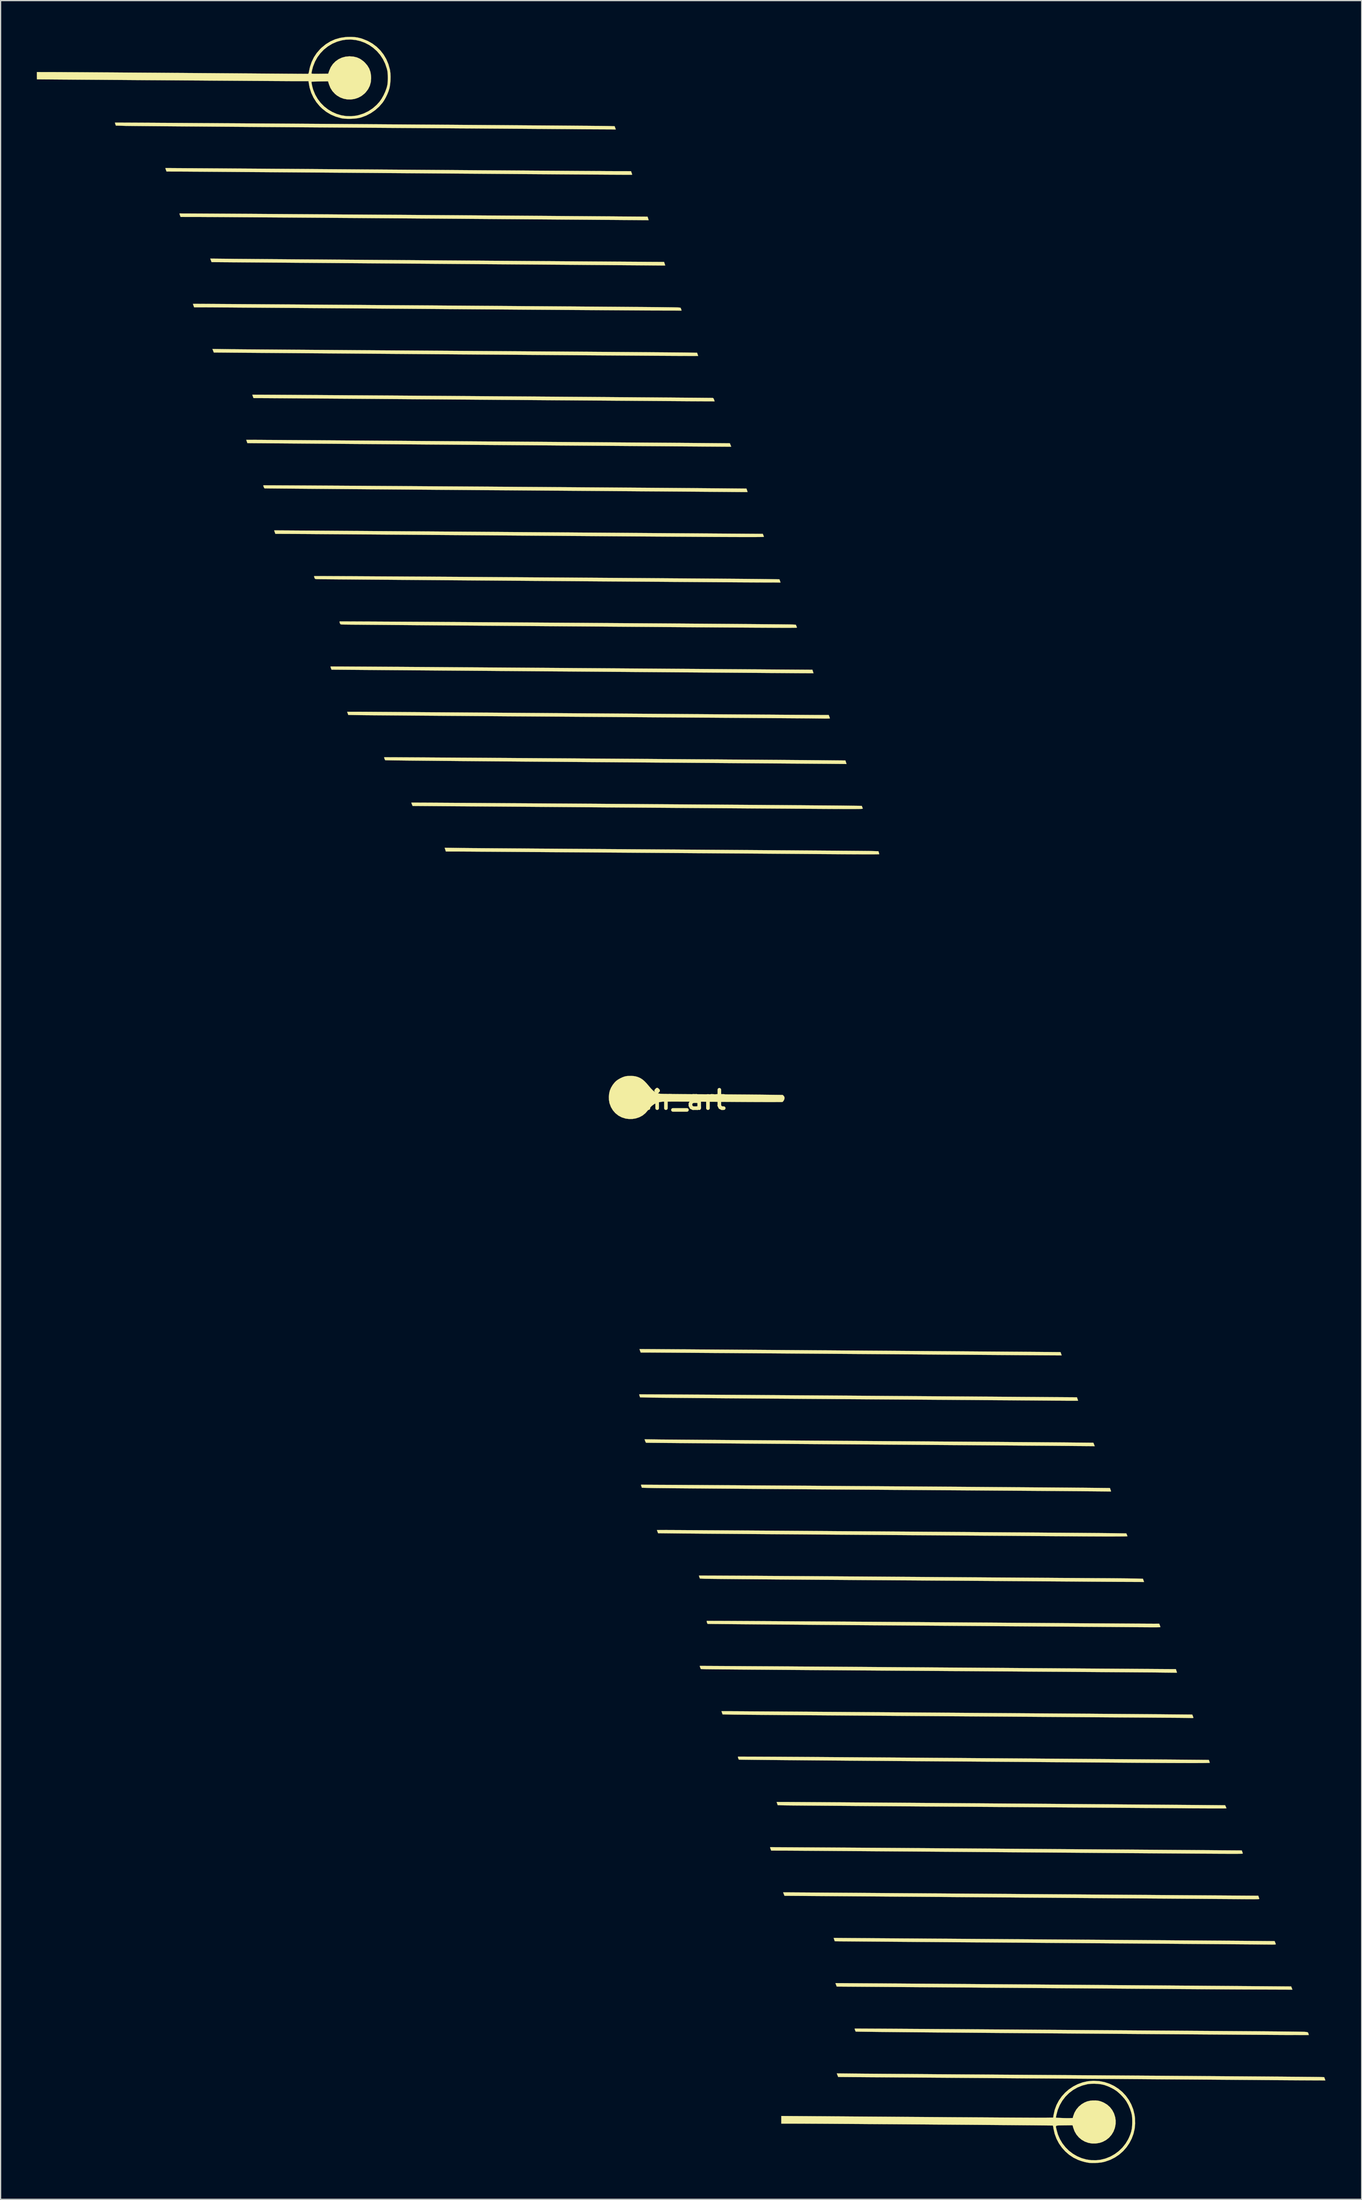
<source format=kicad_pcb>
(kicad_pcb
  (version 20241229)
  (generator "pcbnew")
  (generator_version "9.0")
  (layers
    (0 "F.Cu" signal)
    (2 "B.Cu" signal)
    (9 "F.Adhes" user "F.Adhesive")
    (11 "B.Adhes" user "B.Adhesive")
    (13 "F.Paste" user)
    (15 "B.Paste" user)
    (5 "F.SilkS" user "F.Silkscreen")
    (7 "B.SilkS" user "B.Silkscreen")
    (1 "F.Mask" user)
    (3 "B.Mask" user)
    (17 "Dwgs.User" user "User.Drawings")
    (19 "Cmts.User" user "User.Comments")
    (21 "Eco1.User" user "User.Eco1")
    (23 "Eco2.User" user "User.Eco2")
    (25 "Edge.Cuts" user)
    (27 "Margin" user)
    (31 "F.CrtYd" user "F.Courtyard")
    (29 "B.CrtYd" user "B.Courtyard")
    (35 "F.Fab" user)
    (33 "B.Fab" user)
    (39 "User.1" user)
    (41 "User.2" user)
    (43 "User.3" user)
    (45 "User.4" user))
  (footprint "air_art"
    (layer "F.Cu")
    (at 53.36 88.014)
    (property "Reference" "air_art" (at 0 0 0) (layer "F.SilkS") (effects (font (size 1.524 1.524) (thickness 0.3))))
    (attr through_hole)
    (fp_poly (pts (xy 8.71 65.619) (xy 8.754 65.62) (xy 8.856 65.62) (xy 9.015 65.621) (xy 9.229 65.623) (xy 9.496 65.625) (xy 9.814 65.627) (xy 10.182 65.629) (xy 10.598 65.632) (xy 11.059 65.635) (xy 11.566 65.639) (xy 12.115 65.643) (xy 12.704 65.647) (xy 13.333 65.652) (xy 14 65.656) (xy 14.702 65.661) (xy 15.438 65.667) (xy 16.206 65.672) (xy 17.004 65.678) (xy 17.831 65.684) (xy 18.685 65.69) (xy 19.565 65.696) (xy 20.467 65.703) (xy 21.392 65.709) (xy 22.336 65.716) (xy 23.298 65.723) (xy 24.277 65.73) (xy 25.271 65.737) (xy 25.49 65.739) (xy 26.51 65.746) (xy 27.525 65.753) (xy 28.532 65.761) (xy 29.531 65.768) (xy 30.517 65.775) (xy 31.491 65.782) (xy 32.448 65.789) (xy 33.387 65.795) (xy 34.307 65.802) (xy 35.204 65.809) (xy 36.077 65.815) (xy 36.924 65.821) (xy 37.741 65.827) (xy 38.529 65.832) (xy 39.283 65.838) (xy 40.002 65.843) (xy 40.684 65.848) (xy 41.327 65.853) (xy 41.928 65.857) (xy 42.486 65.861) (xy 42.998 65.865) (xy 43.462 65.868) (xy 43.876 65.871) (xy 44.238 65.873) (xy 44.546 65.876) (xy 44.797 65.877) (xy 44.943 65.878) (xy 47.848 65.899) (xy 47.883 66.007) (xy 47.91 66.088) (xy 47.932 66.147) (xy 47.934 66.153) (xy 47.927 66.165) (xy 47.89 66.174) (xy 47.819 66.181) (xy 47.707 66.185) (xy 47.55 66.187) (xy 47.34 66.187) (xy 47.218 66.186) (xy 47.147 66.186) (xy 47.017 66.185) (xy 46.83 66.184) (xy 46.589 66.182) (xy 46.294 66.18) (xy 45.947 66.177) (xy 45.551 66.174) (xy 45.106 66.171) (xy 44.614 66.168) (xy 44.078 66.164) (xy 43.498 66.16) (xy 42.877 66.155) (xy 42.215 66.15) (xy 41.516 66.145) (xy 40.78 66.14) (xy 40.009 66.134) (xy 39.206 66.129) (xy 38.37 66.123) (xy 37.505 66.116) (xy 36.612 66.11) (xy 35.693 66.103) (xy 34.748 66.096) (xy 33.781 66.089) (xy 32.792 66.082) (xy 31.784 66.074) (xy 30.758 66.067) (xy 29.716 66.059) (xy 28.659 66.052) (xy 27.589 66.044) (xy 27.538 66.043) (xy 8.59 65.905) (xy 8.534 65.762) (xy 8.478 65.619) (xy 8.71 65.619)) (stroke (width 0.01) (type solid)) (fill yes) (layer "F.SilkS"))
    (fp_poly (pts (xy 12.996 73.134) (xy 13.075 73.135) (xy 13.21 73.135) (xy 13.399 73.136) (xy 13.641 73.138) (xy 13.934 73.14) (xy 14.276 73.142) (xy 14.664 73.145) (xy 15.097 73.148) (xy 15.573 73.151) (xy 16.089 73.155) (xy 16.644 73.158) (xy 17.237 73.163) (xy 17.864 73.167) (xy 18.524 73.172) (xy 19.215 73.177) (xy 19.935 73.182) (xy 20.683 73.187) (xy 21.455 73.193) (xy 22.25 73.199) (xy 23.067 73.205) (xy 23.903 73.211) (xy 24.756 73.217) (xy 25.625 73.223) (xy 26.506 73.23) (xy 27.399 73.236) (xy 28.302 73.243) (xy 29.212 73.249) (xy 30.127 73.256) (xy 31.046 73.263) (xy 31.967 73.27) (xy 32.887 73.276) (xy 33.805 73.283) (xy 34.718 73.29) (xy 35.625 73.297) (xy 36.524 73.303) (xy 37.413 73.31) (xy 38.289 73.317) (xy 39.152 73.323) (xy 39.998 73.329) (xy 40.826 73.336) (xy 41.634 73.342) (xy 42.42 73.347) (xy 43.182 73.353) (xy 43.918 73.359) (xy 44.626 73.364) (xy 45.305 73.369) (xy 45.951 73.374) (xy 46.564 73.379) (xy 47.141 73.383) (xy 47.681 73.388) (xy 48.18 73.391) (xy 48.638 73.395) (xy 49.053 73.398) (xy 49.422 73.401) (xy 49.743 73.404) (xy 50.015 73.406) (xy 50.235 73.408) (xy 50.402 73.409) (xy 50.514 73.411) (xy 50.568 73.411) (xy 50.573 73.411) (xy 50.586 73.442) (xy 50.612 73.509) (xy 50.627 73.547) (xy 50.675 73.675) (xy 48.596 73.668) (xy 48.192 73.666) (xy 47.763 73.665) (xy 47.321 73.663) (xy 46.875 73.661) (xy 46.436 73.659) (xy 46.016 73.657) (xy 45.624 73.655) (xy 45.273 73.653) (xy 45.014 73.651) (xy 44.888 73.65) (xy 44.705 73.649) (xy 44.465 73.647) (xy 44.172 73.645) (xy 43.826 73.643) (xy 43.43 73.64) (xy 42.987 73.637) (xy 42.497 73.633) (xy 41.964 73.63) (xy 41.389 73.626) (xy 40.773 73.621) (xy 40.12 73.616) (xy 39.432 73.612) (xy 38.709 73.606) (xy 37.955 73.601) (xy 37.171 73.595) (xy 36.359 73.589) (xy 35.521 73.583) (xy 34.66 73.577) (xy 33.777 73.571) (xy 32.875 73.564) (xy 31.955 73.558) (xy 31.019 73.551) (xy 30.07 73.544) (xy 29.109 73.537) (xy 28.215 73.531) (xy 12.919 73.42) (xy 12.811 73.134) (xy 12.996 73.134)) (stroke (width 0.01) (type solid)) (fill yes) (layer "F.SilkS"))
    (fp_poly (pts (xy -22.06 -24.609) (xy -21.861 -24.608) (xy -21.61 -24.607) (xy -21.31 -24.606) (xy -20.961 -24.604) (xy -20.565 -24.602) (xy -20.126 -24.599) (xy -19.645 -24.596) (xy -19.124 -24.593) (xy -18.565 -24.589) (xy -17.969 -24.586) (xy -17.34 -24.582) (xy -16.679 -24.578) (xy -15.987 -24.573) (xy -15.268 -24.568) (xy -14.523 -24.563) (xy -13.753 -24.558) (xy -12.962 -24.553) (xy -12.151 -24.548) (xy -11.321 -24.542) (xy -10.476 -24.536) (xy -9.617 -24.531) (xy -8.746 -24.525) (xy -7.865 -24.519) (xy -6.976 -24.513) (xy -6.081 -24.506) (xy -5.182 -24.5) (xy -4.281 -24.494) (xy -3.38 -24.488) (xy -2.482 -24.481) (xy -1.587 -24.475) (xy -0.699 -24.469) (xy 0.182 -24.463) (xy 1.052 -24.456) (xy 1.91 -24.45) (xy 2.754 -24.444) (xy 3.581 -24.438) (xy 4.391 -24.432) (xy 5.18 -24.427) (xy 5.948 -24.421) (xy 6.691 -24.416) (xy 7.408 -24.41) (xy 8.096 -24.405) (xy 8.755 -24.4) (xy 9.381 -24.395) (xy 9.974 -24.391) (xy 10.529 -24.386) (xy 11.047 -24.382) (xy 11.525 -24.378) (xy 11.96 -24.375) (xy 12.351 -24.372) (xy 12.696 -24.369) (xy 12.992 -24.366) (xy 13.238 -24.364) (xy 13.432 -24.362) (xy 13.572 -24.36) (xy 13.578 -24.36) (xy 14.996 -24.341) (xy 15.025 -24.262) (xy 15.054 -24.182) (xy 15.075 -24.13) (xy 15.077 -24.119) (xy 15.07 -24.11) (xy 15.05 -24.102) (xy 15.013 -24.096) (xy 14.954 -24.091) (xy 14.869 -24.087) (xy 14.754 -24.084) (xy 14.604 -24.082) (xy 14.414 -24.081) (xy 14.182 -24.08) (xy 13.901 -24.08) (xy 13.568 -24.081) (xy 13.252 -24.082) (xy 13.11 -24.082) (xy 12.91 -24.083) (xy 12.654 -24.084) (xy 12.343 -24.086) (xy 11.981 -24.088) (xy 11.568 -24.091) (xy 11.106 -24.094) (xy 10.598 -24.097) (xy 10.046 -24.1) (xy 9.451 -24.104) (xy 8.816 -24.109) (xy 8.142 -24.113) (xy 7.432 -24.118) (xy 6.687 -24.123) (xy 5.909 -24.128) (xy 5.101 -24.134) (xy 4.263 -24.14) (xy 3.399 -24.146) (xy 2.51 -24.152) (xy 1.599 -24.159) (xy 0.666 -24.165) (xy -0.286 -24.172) (xy -1.255 -24.179) (xy -2.238 -24.186) (xy -3.235 -24.193) (xy -4.243 -24.201) (xy -5.26 -24.208) (xy -5.408 -24.209) (xy -22.223 -24.333) (xy -22.279 -24.465) (xy -22.31 -24.544) (xy -22.324 -24.598) (xy -22.324 -24.609) (xy -22.293 -24.609) (xy -22.205 -24.609) (xy -22.06 -24.609)) (stroke (width 0.01) (type solid)) (fill yes) (layer "F.SilkS"))
    (fp_poly (pts (xy -4.076 -1.98) (xy -3.881 -1.965) (xy -3.719 -1.937) (xy -3.719 -1.937) (xy -3.523 -1.875) (xy -3.345 -1.794) (xy -3.178 -1.687) (xy -3.011 -1.546) (xy -2.836 -1.365) (xy -2.642 -1.138) (xy -2.642 -1.138) (xy -2.476 -0.942) (xy -2.329 -0.792) (xy -2.193 -0.68) (xy -2.057 -0.599) (xy -1.911 -0.543) (xy -1.772 -0.51) (xy -1.712 -0.504) (xy -1.592 -0.498) (xy -1.414 -0.493) (xy -1.177 -0.488) (xy -0.883 -0.483) (xy -0.532 -0.479) (xy -0.125 -0.475) (xy 0.337 -0.471) (xy 0.854 -0.467) (xy 1.425 -0.464) (xy 1.789 -0.462) (xy 2.276 -0.46) (xy 2.774 -0.457) (xy 3.277 -0.454) (xy 3.776 -0.451) (xy 4.267 -0.448) (xy 4.742 -0.444) (xy 5.194 -0.441) (xy 5.617 -0.438) (xy 6.004 -0.434) (xy 6.349 -0.431) (xy 6.645 -0.428) (xy 6.814 -0.426) (xy 8.442 -0.406) (xy 8.519 -0.333) (xy 8.583 -0.241) (xy 8.597 -0.156) (xy 8.579 -0.055) (xy 8.532 0.05) (xy 8.47 0.138) (xy 8.421 0.176) (xy 8.386 0.179) (xy 8.294 0.181) (xy 8.149 0.182) (xy 7.952 0.183) (xy 7.709 0.184) (xy 7.422 0.184) (xy 7.093 0.184) (xy 6.728 0.183) (xy 6.328 0.182) (xy 5.896 0.18) (xy 5.437 0.178) (xy 4.953 0.175) (xy 4.448 0.172) (xy 3.924 0.168) (xy 3.547 0.166) (xy 3.009 0.162) (xy 2.484 0.159) (xy 1.977 0.156) (xy 1.49 0.153) (xy 1.027 0.151) (xy 0.591 0.149) (xy 0.186 0.148) (xy -0.185 0.147) (xy -0.518 0.147) (xy -0.811 0.147) (xy -1.059 0.148) (xy -1.259 0.149) (xy -1.408 0.15) (xy -1.503 0.152) (xy -1.533 0.154) (xy -1.795 0.192) (xy -2.021 0.259) (xy -2.221 0.361) (xy -2.407 0.504) (xy -2.589 0.694) (xy -2.723 0.863) (xy -2.933 1.105) (xy -3.166 1.295) (xy -3.429 1.437) (xy -3.72 1.535) (xy -3.992 1.581) (xy -4.282 1.587) (xy -4.559 1.554) (xy -4.584 1.548) (xy -4.892 1.451) (xy -5.171 1.303) (xy -5.416 1.109) (xy -5.622 0.873) (xy -5.786 0.6) (xy -5.902 0.294) (xy -5.909 0.268) (xy -5.952 0.023) (xy -5.962 -0.247) (xy -5.938 -0.518) (xy -5.882 -0.764) (xy -5.88 -0.769) (xy -5.78 -1.007) (xy -5.639 -1.242) (xy -5.471 -1.452) (xy -5.36 -1.56) (xy -5.206 -1.673) (xy -5.016 -1.783) (xy -4.815 -1.876) (xy -4.629 -1.939) (xy -4.473 -1.967) (xy -4.28 -1.981) (xy -4.076 -1.98)) (stroke (width 0.01) (type solid)) (fill yes) (layer "F.SilkS"))
    (fp_poly (pts (xy 7.517 61.879) (xy 7.663 61.879) (xy 7.864 61.88) (xy 8.12 61.881) (xy 8.427 61.883) (xy 8.785 61.885) (xy 9.192 61.887) (xy 9.646 61.89) (xy 10.147 61.893) (xy 10.692 61.896) (xy 11.279 61.9) (xy 11.908 61.904) (xy 12.576 61.908) (xy 13.282 61.913) (xy 14.025 61.918) (xy 14.802 61.923) (xy 15.613 61.929) (xy 16.455 61.934) (xy 17.328 61.94) (xy 18.229 61.946) (xy 19.157 61.953) (xy 20.11 61.959) (xy 21.087 61.966) (xy 22.087 61.973) (xy 23.107 61.98) (xy 24.146 61.988) (xy 25.202 61.995) (xy 26.274 62.003) (xy 26.945 62.008) (xy 46.481 62.147) (xy 46.519 62.253) (xy 46.545 62.332) (xy 46.559 62.39) (xy 46.559 62.395) (xy 46.561 62.398) (xy 46.563 62.401) (xy 46.566 62.404) (xy 46.568 62.407) (xy 46.567 62.409) (xy 46.561 62.412) (xy 46.551 62.414) (xy 46.534 62.416) (xy 46.508 62.418) (xy 46.474 62.42) (xy 46.428 62.421) (xy 46.37 62.422) (xy 46.299 62.424) (xy 46.213 62.424) (xy 46.111 62.425) (xy 45.991 62.426) (xy 45.852 62.426) (xy 45.693 62.426) (xy 45.512 62.425) (xy 45.309 62.425) (xy 45.081 62.424) (xy 44.827 62.423) (xy 44.546 62.422) (xy 44.237 62.42) (xy 43.898 62.418) (xy 43.528 62.416) (xy 43.126 62.414) (xy 42.689 62.411) (xy 42.218 62.408) (xy 41.71 62.404) (xy 41.164 62.4) (xy 40.579 62.396) (xy 39.953 62.392) (xy 39.285 62.387) (xy 38.574 62.382) (xy 37.819 62.376) (xy 37.017 62.371) (xy 36.168 62.364) (xy 35.27 62.358) (xy 34.322 62.351) (xy 33.323 62.343) (xy 32.27 62.335) (xy 31.164 62.327) (xy 30.002 62.318) (xy 28.784 62.309) (xy 27.507 62.3) (xy 26.978 62.296) (xy 25.952 62.288) (xy 24.937 62.281) (xy 23.935 62.273) (xy 22.949 62.266) (xy 21.979 62.259) (xy 21.028 62.252) (xy 20.098 62.245) (xy 19.191 62.238) (xy 18.308 62.232) (xy 17.451 62.226) (xy 16.621 62.22) (xy 15.822 62.214) (xy 15.054 62.208) (xy 14.319 62.203) (xy 13.62 62.198) (xy 12.958 62.194) (xy 12.334 62.189) (xy 11.751 62.185) (xy 11.211 62.181) (xy 10.715 62.178) (xy 10.265 62.175) (xy 9.863 62.172) (xy 9.511 62.17) (xy 9.21 62.168) (xy 8.963 62.167) (xy 8.771 62.165) (xy 8.636 62.165) (xy 8.577 62.165) (xy 7.49 62.162) (xy 7.438 62.026) (xy 7.41 61.945) (xy 7.397 61.891) (xy 7.398 61.879) (xy 7.428 61.879) (xy 7.517 61.879)) (stroke (width 0.01) (type solid)) (fill yes) (layer "F.SilkS"))
    (fp_poly (pts (xy -41.271 -73.39) (xy -41.071 -73.39) (xy -40.819 -73.389) (xy -40.515 -73.387) (xy -40.161 -73.385) (xy -39.76 -73.383) (xy -39.314 -73.38) (xy -38.823 -73.378) (xy -38.291 -73.374) (xy -37.718 -73.371) (xy -37.107 -73.367) (xy -36.459 -73.363) (xy -35.776 -73.359) (xy -35.06 -73.354) (xy -34.313 -73.349) (xy -33.536 -73.344) (xy -32.732 -73.339) (xy -31.901 -73.333) (xy -31.047 -73.328) (xy -30.17 -73.322) (xy -29.273 -73.316) (xy -28.358 -73.309) (xy -27.425 -73.303) (xy -26.477 -73.297) (xy -25.516 -73.29) (xy -24.544 -73.283) (xy -23.562 -73.277) (xy -22.572 -73.27) (xy -21.576 -73.263) (xy -20.576 -73.256) (xy -19.573 -73.249) (xy -18.57 -73.242) (xy -17.568 -73.234) (xy -16.569 -73.227) (xy -15.574 -73.22) (xy -14.587 -73.213) (xy -13.607 -73.206) (xy -12.638 -73.199) (xy -11.681 -73.192) (xy -10.737 -73.185) (xy -9.809 -73.178) (xy -8.898 -73.171) (xy -8.007 -73.165) (xy -7.137 -73.158) (xy -6.289 -73.152) (xy -5.466 -73.146) (xy -5.461 -73.145) (xy -2.76 -73.125) (xy -2.733 -73.053) (xy -2.703 -72.963) (xy -2.687 -72.907) (xy -2.669 -72.833) (xy -3.281 -72.837) (xy -3.347 -72.838) (xy -3.471 -72.839) (xy -3.652 -72.84) (xy -3.888 -72.842) (xy -4.177 -72.844) (xy -4.518 -72.846) (xy -4.908 -72.849) (xy -5.345 -72.853) (xy -5.829 -72.856) (xy -6.357 -72.86) (xy -6.928 -72.864) (xy -7.539 -72.869) (xy -8.19 -72.874) (xy -8.877 -72.879) (xy -9.601 -72.884) (xy -10.357 -72.89) (xy -11.146 -72.896) (xy -11.965 -72.902) (xy -12.813 -72.908) (xy -13.687 -72.915) (xy -14.587 -72.921) (xy -15.509 -72.928) (xy -16.453 -72.935) (xy -17.416 -72.942) (xy -18.398 -72.95) (xy -19.395 -72.957) (xy -20.407 -72.965) (xy -21.177 -72.97) (xy -22.206 -72.978) (xy -23.225 -72.986) (xy -24.231 -72.993) (xy -25.224 -73) (xy -26.201 -73.008) (xy -27.161 -73.015) (xy -28.1 -73.021) (xy -29.018 -73.028) (xy -29.913 -73.035) (xy -30.783 -73.041) (xy -31.626 -73.047) (xy -32.439 -73.053) (xy -33.222 -73.058) (xy -33.972 -73.063) (xy -34.687 -73.068) (xy -35.366 -73.073) (xy -36.007 -73.077) (xy -36.607 -73.081) (xy -37.166 -73.085) (xy -37.68 -73.089) (xy -38.148 -73.092) (xy -38.569 -73.094) (xy -38.94 -73.097) (xy -39.259 -73.098) (xy -39.526 -73.1) (xy -39.736 -73.101) (xy -39.89 -73.102) (xy -39.954 -73.102) (xy -41.447 -73.104) (xy -41.499 -73.24) (xy -41.526 -73.322) (xy -41.538 -73.378) (xy -41.536 -73.39) (xy -41.506 -73.391) (xy -41.417 -73.391) (xy -41.271 -73.39)) (stroke (width 0.01) (type solid)) (fill yes) (layer "F.SilkS"))
    (fp_poly (pts (xy -18.042 -20.85) (xy -17.917 -20.849) (xy -17.733 -20.847) (xy -17.494 -20.845) (xy -17.201 -20.842) (xy -16.855 -20.84) (xy -16.459 -20.836) (xy -16.015 -20.833) (xy -15.525 -20.829) (xy -14.99 -20.825) (xy -14.414 -20.821) (xy -13.797 -20.816) (xy -13.141 -20.812) (xy -12.45 -20.806) (xy -11.724 -20.801) (xy -10.965 -20.796) (xy -10.177 -20.79) (xy -9.36 -20.784) (xy -8.517 -20.779) (xy -7.649 -20.772) (xy -6.759 -20.766) (xy -5.848 -20.76) (xy -4.919 -20.754) (xy -3.974 -20.747) (xy -3.014 -20.741) (xy -2.042 -20.734) (xy -1.059 -20.727) (xy -0.676 -20.725) (xy 0.302 -20.718) (xy 1.267 -20.712) (xy 2.218 -20.705) (xy 3.151 -20.699) (xy 4.066 -20.692) (xy 4.961 -20.686) (xy 5.834 -20.68) (xy 6.682 -20.674) (xy 7.505 -20.668) (xy 8.3 -20.662) (xy 9.065 -20.657) (xy 9.799 -20.651) (xy 10.499 -20.646) (xy 11.165 -20.641) (xy 11.793 -20.636) (xy 12.383 -20.632) (xy 12.932 -20.628) (xy 13.438 -20.623) (xy 13.9 -20.62) (xy 14.316 -20.616) (xy 14.684 -20.613) (xy 15.003 -20.61) (xy 15.269 -20.608) (xy 15.482 -20.605) (xy 15.639 -20.604) (xy 15.739 -20.602) (xy 15.77 -20.601) (xy 16.375 -20.584) (xy 16.409 -20.471) (xy 16.43 -20.394) (xy 16.442 -20.345) (xy 16.442 -20.339) (xy 16.412 -20.335) (xy 16.322 -20.332) (xy 16.172 -20.329) (xy 15.962 -20.327) (xy 15.693 -20.327) (xy 15.363 -20.327) (xy 14.974 -20.328) (xy 14.525 -20.329) (xy 14.017 -20.332) (xy 13.45 -20.335) (xy 12.823 -20.34) (xy 12.505 -20.342) (xy 11.758 -20.347) (xy 10.984 -20.353) (xy 10.187 -20.359) (xy 9.366 -20.365) (xy 8.525 -20.371) (xy 7.666 -20.377) (xy 6.79 -20.384) (xy 5.9 -20.39) (xy 4.997 -20.397) (xy 4.085 -20.403) (xy 3.163 -20.41) (xy 2.236 -20.417) (xy 1.304 -20.423) (xy 0.37 -20.43) (xy -0.564 -20.437) (xy -1.497 -20.443) (xy -2.426 -20.45) (xy -3.348 -20.456) (xy -4.263 -20.463) (xy -5.169 -20.469) (xy -6.062 -20.475) (xy -6.941 -20.482) (xy -7.804 -20.488) (xy -8.65 -20.494) (xy -9.475 -20.499) (xy -10.278 -20.505) (xy -11.057 -20.51) (xy -11.81 -20.516) (xy -12.535 -20.52) (xy -13.23 -20.525) (xy -13.893 -20.53) (xy -14.521 -20.534) (xy -15.114 -20.538) (xy -15.668 -20.542) (xy -16.182 -20.545) (xy -16.653 -20.548) (xy -17.08 -20.551) (xy -17.461 -20.554) (xy -17.794 -20.556) (xy -18.076 -20.557) (xy -18.306 -20.559) (xy -18.481 -20.56) (xy -18.6 -20.56) (xy -18.653 -20.561) (xy -19.467 -20.56) (xy -19.516 -20.715) (xy -19.566 -20.87) (xy -18.042 -20.85)) (stroke (width 0.01) (type solid)) (fill yes) (layer "F.SilkS"))
    (fp_poly (pts (xy -37.327 -62.151) (xy -37.21 -62.149) (xy -37.035 -62.148) (xy -36.803 -62.146) (xy -36.516 -62.143) (xy -36.177 -62.14) (xy -35.787 -62.137) (xy -35.348 -62.134) (xy -34.862 -62.13) (xy -34.33 -62.126) (xy -33.755 -62.122) (xy -33.138 -62.117) (xy -32.482 -62.112) (xy -31.787 -62.107) (xy -31.056 -62.102) (xy -30.291 -62.096) (xy -29.493 -62.091) (xy -28.665 -62.085) (xy -27.808 -62.079) (xy -26.924 -62.072) (xy -26.015 -62.066) (xy -25.083 -62.059) (xy -24.129 -62.053) (xy -23.156 -62.046) (xy -22.165 -62.039) (xy -21.158 -62.032) (xy -20.137 -62.025) (xy -19.104 -62.018) (xy -18.066 -62.011) (xy -17.028 -62.004) (xy -16.002 -61.997) (xy -14.991 -61.99) (xy -13.996 -61.983) (xy -13.018 -61.976) (xy -12.06 -61.97) (xy -11.124 -61.963) (xy -10.21 -61.957) (xy -9.321 -61.95) (xy -8.459 -61.944) (xy -7.624 -61.938) (xy -6.82 -61.932) (xy -6.048 -61.927) (xy -5.309 -61.921) (xy -4.606 -61.916) (xy -3.939 -61.911) (xy -3.312 -61.906) (xy -2.725 -61.902) (xy -2.18 -61.897) (xy -1.68 -61.893) (xy -1.225 -61.89) (xy -0.818 -61.886) (xy -0.46 -61.883) (xy -0.154 -61.88) (xy 0.1 -61.878) (xy 0.299 -61.876) (xy 0.442 -61.874) (xy 0.526 -61.873) (xy 0.532 -61.873) (xy 1.349 -61.855) (xy 1.394 -61.723) (xy 1.439 -61.591) (xy -0.115 -61.595) (xy -0.237 -61.596) (xy -0.417 -61.597) (xy -0.654 -61.598) (xy -0.946 -61.6) (xy -1.29 -61.602) (xy -1.685 -61.604) (xy -2.128 -61.607) (xy -2.619 -61.61) (xy -3.155 -61.614) (xy -3.733 -61.618) (xy -4.354 -61.622) (xy -5.014 -61.627) (xy -5.711 -61.632) (xy -6.444 -61.637) (xy -7.211 -61.642) (xy -8.01 -61.648) (xy -8.839 -61.654) (xy -9.696 -61.66) (xy -10.58 -61.666) (xy -11.488 -61.673) (xy -12.418 -61.68) (xy -13.37 -61.687) (xy -14.34 -61.694) (xy -15.327 -61.701) (xy -16.329 -61.708) (xy -17.345 -61.716) (xy -18.372 -61.723) (xy -19.088 -61.729) (xy -20.117 -61.736) (xy -21.135 -61.744) (xy -22.14 -61.751) (xy -23.13 -61.759) (xy -24.102 -61.766) (xy -25.056 -61.773) (xy -25.989 -61.78) (xy -26.9 -61.787) (xy -27.787 -61.794) (xy -28.647 -61.8) (xy -29.48 -61.806) (xy -30.283 -61.812) (xy -31.054 -61.818) (xy -31.792 -61.824) (xy -32.496 -61.829) (xy -33.162 -61.834) (xy -33.789 -61.839) (xy -34.376 -61.843) (xy -34.92 -61.847) (xy -35.42 -61.851) (xy -35.875 -61.854) (xy -36.281 -61.857) (xy -36.638 -61.86) (xy -36.943 -61.862) (xy -37.195 -61.864) (xy -37.392 -61.866) (xy -37.532 -61.867) (xy -37.6 -61.868) (xy -38.693 -61.877) (xy -38.808 -62.17) (xy -37.327 -62.151)) (stroke (width 0.01) (type solid)) (fill yes) (layer "F.SilkS"))
    (fp_poly (pts (xy -24.458 -28.368) (xy -24.314 -28.367) (xy -24.115 -28.366) (xy -23.864 -28.365) (xy -23.563 -28.364) (xy -23.214 -28.362) (xy -22.818 -28.359) (xy -22.379 -28.357) (xy -21.897 -28.354) (xy -21.375 -28.351) (xy -20.815 -28.347) (xy -20.218 -28.343) (xy -19.588 -28.339) (xy -18.925 -28.335) (xy -18.232 -28.33) (xy -17.51 -28.326) (xy -16.762 -28.321) (xy -15.991 -28.316) (xy -15.196 -28.31) (xy -14.382 -28.305) (xy -13.549 -28.299) (xy -12.7 -28.294) (xy -11.836 -28.288) (xy -10.961 -28.282) (xy -10.074 -28.276) (xy -9.18 -28.27) (xy -8.279 -28.263) (xy -7.374 -28.257) (xy -6.466 -28.251) (xy -5.558 -28.245) (xy -4.652 -28.238) (xy -3.749 -28.232) (xy -2.852 -28.226) (xy -1.963 -28.219) (xy -1.083 -28.213) (xy -0.214 -28.207) (xy 0.641 -28.201) (xy 1.48 -28.195) (xy 2.302 -28.189) (xy 3.104 -28.183) (xy 3.885 -28.177) (xy 4.642 -28.172) (xy 5.374 -28.166) (xy 6.078 -28.161) (xy 6.753 -28.156) (xy 7.396 -28.151) (xy 8.006 -28.147) (xy 8.58 -28.142) (xy 9.117 -28.138) (xy 9.614 -28.134) (xy 10.07 -28.131) (xy 10.483 -28.127) (xy 10.85 -28.124) (xy 11.17 -28.121) (xy 11.44 -28.119) (xy 11.591 -28.117) (xy 13.638 -28.097) (xy 13.685 -27.951) (xy 13.732 -27.805) (xy 13.591 -27.809) (xy 13.554 -27.809) (xy 13.458 -27.81) (xy 13.304 -27.811) (xy 13.096 -27.813) (xy 12.834 -27.815) (xy 12.52 -27.818) (xy 12.156 -27.821) (xy 11.742 -27.824) (xy 11.282 -27.827) (xy 10.776 -27.831) (xy 10.226 -27.835) (xy 9.634 -27.84) (xy 9.001 -27.844) (xy 8.329 -27.849) (xy 7.62 -27.855) (xy 6.874 -27.86) (xy 6.095 -27.866) (xy 5.283 -27.872) (xy 4.44 -27.878) (xy 3.567 -27.885) (xy 2.667 -27.892) (xy 1.741 -27.898) (xy 0.79 -27.905) (xy -0.184 -27.913) (xy -1.179 -27.92) (xy -2.194 -27.927) (xy -3.226 -27.935) (xy -4.276 -27.943) (xy -5.34 -27.95) (xy -5.507 -27.952) (xy -6.94 -27.962) (xy -8.318 -27.972) (xy -9.642 -27.982) (xy -10.912 -27.992) (xy -12.126 -28.001) (xy -13.285 -28.01) (xy -14.388 -28.019) (xy -15.435 -28.027) (xy -16.427 -28.035) (xy -17.362 -28.043) (xy -18.241 -28.05) (xy -19.063 -28.058) (xy -19.828 -28.064) (xy -20.536 -28.071) (xy -21.187 -28.077) (xy -21.78 -28.083) (xy -22.315 -28.088) (xy -22.792 -28.093) (xy -23.21 -28.098) (xy -23.57 -28.102) (xy -23.871 -28.106) (xy -24.114 -28.11) (xy -24.296 -28.113) (xy -24.42 -28.116) (xy -24.483 -28.119) (xy -24.493 -28.12) (xy -24.519 -28.166) (xy -24.548 -28.236) (xy -24.571 -28.308) (xy -24.579 -28.358) (xy -24.577 -28.367) (xy -24.547 -28.368) (xy -24.458 -28.368)) (stroke (width 0.01) (type solid)) (fill yes) (layer "F.SilkS"))
    (fp_poly (pts (xy -35.475 -54.648) (xy -35.356 -54.647) (xy -35.181 -54.646) (xy -34.951 -54.644) (xy -34.67 -54.643) (xy -34.339 -54.64) (xy -33.96 -54.638) (xy -33.535 -54.635) (xy -33.066 -54.632) (xy -32.555 -54.628) (xy -32.004 -54.625) (xy -31.415 -54.621) (xy -30.791 -54.616) (xy -30.133 -54.612) (xy -29.442 -54.607) (xy -28.723 -54.602) (xy -27.975 -54.597) (xy -27.201 -54.591) (xy -26.404 -54.586) (xy -25.586 -54.58) (xy -24.747 -54.574) (xy -23.891 -54.568) (xy -23.019 -54.562) (xy -22.134 -54.555) (xy -21.237 -54.549) (xy -20.331 -54.543) (xy -19.417 -54.536) (xy -18.497 -54.53) (xy -17.575 -54.523) (xy -16.65 -54.516) (xy -15.726 -54.51) (xy -14.805 -54.503) (xy -13.889 -54.497) (xy -12.979 -54.49) (xy -12.077 -54.484) (xy -11.187 -54.477) (xy -10.309 -54.471) (xy -9.446 -54.465) (xy -8.599 -54.458) (xy -7.772 -54.452) (xy -6.965 -54.447) (xy -6.181 -54.441) (xy -5.422 -54.435) (xy -4.69 -54.43) (xy -3.986 -54.425) (xy -3.314 -54.42) (xy -2.674 -54.415) (xy -2.069 -54.411) (xy -1.502 -54.406) (xy -0.973 -54.403) (xy -0.486 -54.399) (xy -0.041 -54.396) (xy 0.358 -54.392) (xy 0.711 -54.39) (xy 1.014 -54.387) (xy 1.266 -54.385) (xy 1.394 -54.384) (xy 4.065 -54.362) (xy 4.177 -54.076) (xy 3.404 -54.08) (xy 3.33 -54.081) (xy 3.199 -54.082) (xy 3.01 -54.083) (xy 2.766 -54.085) (xy 2.469 -54.087) (xy 2.12 -54.089) (xy 1.722 -54.092) (xy 1.274 -54.096) (xy 0.78 -54.099) (xy 0.241 -54.103) (xy -0.341 -54.107) (xy -0.965 -54.112) (xy -1.629 -54.117) (xy -2.332 -54.122) (xy -3.071 -54.127) (xy -3.845 -54.133) (xy -4.652 -54.139) (xy -5.491 -54.145) (xy -6.36 -54.152) (xy -7.257 -54.158) (xy -8.181 -54.165) (xy -9.13 -54.172) (xy -10.102 -54.179) (xy -11.095 -54.187) (xy -12.109 -54.194) (xy -13.14 -54.202) (xy -14.189 -54.21) (xy -15.252 -54.218) (xy -16.328 -54.226) (xy -16.638 -54.228) (xy -17.712 -54.236) (xy -18.77 -54.244) (xy -19.813 -54.252) (xy -20.837 -54.259) (xy -21.842 -54.267) (xy -22.825 -54.274) (xy -23.785 -54.282) (xy -24.721 -54.289) (xy -25.631 -54.295) (xy -26.513 -54.302) (xy -27.366 -54.308) (xy -28.188 -54.315) (xy -28.978 -54.321) (xy -29.733 -54.326) (xy -30.453 -54.332) (xy -31.136 -54.337) (xy -31.78 -54.342) (xy -32.384 -54.347) (xy -32.946 -54.351) (xy -33.464 -54.355) (xy -33.937 -54.358) (xy -34.363 -54.362) (xy -34.741 -54.365) (xy -35.069 -54.367) (xy -35.346 -54.369) (xy -35.569 -54.371) (xy -35.738 -54.373) (xy -35.85 -54.374) (xy -35.905 -54.374) (xy -35.91 -54.374) (xy -35.922 -54.402) (xy -35.946 -54.468) (xy -35.961 -54.512) (xy -36.007 -54.648) (xy -35.536 -54.648) (xy -35.475 -54.648)) (stroke (width 0.01) (type solid)) (fill yes) (layer "F.SilkS"))
    (fp_poly (pts (xy -28.761 -35.882) (xy -28.56 -35.881) (xy -28.306 -35.88) (xy -28 -35.879) (xy -27.645 -35.877) (xy -27.241 -35.874) (xy -26.79 -35.872) (xy -26.295 -35.869) (xy -25.756 -35.866) (xy -25.176 -35.862) (xy -24.556 -35.858) (xy -23.897 -35.854) (xy -23.203 -35.85) (xy -22.473 -35.845) (xy -21.711 -35.84) (xy -20.917 -35.835) (xy -20.094 -35.829) (xy -19.242 -35.823) (xy -18.364 -35.817) (xy -17.462 -35.811) (xy -16.537 -35.805) (xy -15.59 -35.798) (xy -14.624 -35.791) (xy -13.641 -35.784) (xy -12.641 -35.777) (xy -11.959 -35.772) (xy -10.924 -35.765) (xy -9.895 -35.758) (xy -8.873 -35.75) (xy -7.861 -35.743) (xy -6.861 -35.736) (xy -5.874 -35.729) (xy -4.902 -35.722) (xy -3.949 -35.715) (xy -3.016 -35.708) (xy -2.105 -35.702) (xy -1.218 -35.695) (xy -0.357 -35.689) (xy 0.475 -35.683) (xy 1.277 -35.678) (xy 2.046 -35.672) (xy 2.78 -35.667) (xy 3.478 -35.662) (xy 4.137 -35.657) (xy 4.755 -35.653) (xy 5.33 -35.649) (xy 5.859 -35.645) (xy 6.342 -35.642) (xy 6.775 -35.639) (xy 7.157 -35.636) (xy 7.485 -35.634) (xy 7.758 -35.632) (xy 7.972 -35.63) (xy 7.999 -35.63) (xy 10.903 -35.61) (xy 10.95 -35.465) (xy 10.996 -35.32) (xy 10.075 -35.324) (xy 9.993 -35.324) (xy 9.852 -35.325) (xy 9.655 -35.326) (xy 9.403 -35.328) (xy 9.097 -35.33) (xy 8.74 -35.333) (xy 8.333 -35.336) (xy 7.878 -35.339) (xy 7.376 -35.342) (xy 6.83 -35.346) (xy 6.24 -35.351) (xy 5.609 -35.355) (xy 4.939 -35.36) (xy 4.23 -35.365) (xy 3.486 -35.371) (xy 2.706 -35.377) (xy 1.894 -35.383) (xy 1.051 -35.389) (xy 0.178 -35.395) (xy -0.723 -35.402) (xy -1.649 -35.409) (xy -2.6 -35.416) (xy -3.574 -35.423) (xy -4.569 -35.431) (xy -5.582 -35.438) (xy -6.614 -35.446) (xy -7.661 -35.454) (xy -8.722 -35.462) (xy -9.796 -35.47) (xy -9.889 -35.47) (xy -10.957 -35.478) (xy -12.009 -35.486) (xy -13.045 -35.494) (xy -14.063 -35.502) (xy -15.061 -35.509) (xy -16.038 -35.517) (xy -16.992 -35.524) (xy -17.921 -35.531) (xy -18.824 -35.538) (xy -19.7 -35.544) (xy -20.546 -35.551) (xy -21.361 -35.557) (xy -22.143 -35.563) (xy -22.892 -35.569) (xy -23.605 -35.574) (xy -24.28 -35.579) (xy -24.916 -35.584) (xy -25.512 -35.589) (xy -26.066 -35.593) (xy -26.576 -35.597) (xy -27.041 -35.601) (xy -27.458 -35.604) (xy -27.828 -35.607) (xy -28.147 -35.61) (xy -28.414 -35.612) (xy -28.628 -35.614) (xy -28.787 -35.615) (xy -28.89 -35.616) (xy -28.934 -35.617) (xy -28.936 -35.617) (xy -28.954 -35.65) (xy -28.98 -35.715) (xy -29.005 -35.79) (xy -29.023 -35.853) (xy -29.026 -35.881) (xy -28.996 -35.882) (xy -28.907 -35.882) (xy -28.761 -35.882)) (stroke (width 0.01) (type solid)) (fill yes) (layer "F.SilkS"))
    (fp_poly (pts (xy -3.301 20.635) (xy -3.157 20.635) (xy -2.959 20.637) (xy -2.709 20.638) (xy -2.408 20.64) (xy -2.06 20.642) (xy -1.667 20.645) (xy -1.229 20.648) (xy -0.749 20.651) (xy -0.23 20.655) (xy 0.327 20.658) (xy 0.919 20.662) (xy 1.545 20.667) (xy 2.203 20.671) (xy 2.89 20.676) (xy 3.605 20.681) (xy 4.345 20.686) (xy 5.109 20.692) (xy 5.894 20.697) (xy 6.698 20.703) (xy 7.52 20.709) (xy 8.357 20.715) (xy 9.207 20.721) (xy 10.068 20.727) (xy 10.939 20.734) (xy 11.817 20.74) (xy 12.699 20.746) (xy 13.585 20.753) (xy 14.472 20.759) (xy 15.358 20.766) (xy 16.24 20.772) (xy 17.118 20.778) (xy 17.988 20.785) (xy 18.85 20.791) (xy 19.7 20.797) (xy 20.536 20.803) (xy 21.358 20.81) (xy 22.162 20.815) (xy 22.946 20.821) (xy 23.71 20.827) (xy 24.449 20.832) (xy 25.164 20.838) (xy 25.851 20.843) (xy 26.508 20.848) (xy 27.133 20.853) (xy 27.725 20.857) (xy 28.281 20.861) (xy 28.8 20.865) (xy 29.279 20.869) (xy 29.716 20.872) (xy 30.109 20.876) (xy 30.456 20.878) (xy 30.755 20.881) (xy 31.005 20.883) (xy 31.202 20.885) (xy 31.345 20.886) (xy 31.432 20.887) (xy 31.462 20.887) (xy 31.473 20.915) (xy 31.497 20.982) (xy 31.512 21.026) (xy 31.558 21.162) (xy 30.305 21.155) (xy 29.982 21.153) (xy 29.629 21.151) (xy 29.264 21.148) (xy 28.901 21.146) (xy 28.556 21.144) (xy 28.243 21.141) (xy 28.03 21.14) (xy 27.63 21.137) (xy 27.186 21.133) (xy 26.701 21.13) (xy 26.177 21.126) (xy 25.616 21.122) (xy 25.021 21.118) (xy 24.392 21.113) (xy 23.733 21.108) (xy 23.046 21.103) (xy 22.333 21.098) (xy 21.595 21.093) (xy 20.836 21.087) (xy 20.057 21.082) (xy 19.261 21.076) (xy 18.449 21.07) (xy 17.624 21.064) (xy 16.789 21.058) (xy 15.944 21.052) (xy 15.092 21.046) (xy 14.237 21.04) (xy 13.378 21.034) (xy 12.52 21.028) (xy 11.663 21.022) (xy 10.811 21.016) (xy 9.965 21.01) (xy 9.127 21.004) (xy 8.3 20.998) (xy 7.486 20.992) (xy 6.687 20.987) (xy 5.905 20.981) (xy 5.142 20.976) (xy 4.401 20.97) (xy 3.683 20.965) (xy 2.991 20.961) (xy 2.327 20.956) (xy 1.692 20.952) (xy 1.091 20.947) (xy 0.523 20.943) (xy -0.008 20.94) (xy -0.5 20.936) (xy -0.951 20.933) (xy -1.359 20.931) (xy -1.722 20.928) (xy -2.038 20.926) (xy -2.304 20.924) (xy -2.518 20.923) (xy -2.678 20.922) (xy -2.783 20.921) (xy -2.827 20.921) (xy -3.324 20.921) (xy -3.375 20.781) (xy -3.404 20.7) (xy -3.419 20.646) (xy -3.42 20.634) (xy -3.389 20.634) (xy -3.301 20.635)) (stroke (width 0.01) (type solid)) (fill yes) (layer "F.SilkS"))
    (fp_poly (pts (xy -1.764 28.123) (xy -1.655 28.124) (xy -1.488 28.125) (xy -1.265 28.127) (xy -0.988 28.13) (xy -0.658 28.132) (xy -0.279 28.135) (xy 0.149 28.139) (xy 0.623 28.142) (xy 1.141 28.146) (xy 1.701 28.151) (xy 2.301 28.155) (xy 2.939 28.16) (xy 3.614 28.165) (xy 4.322 28.17) (xy 5.063 28.175) (xy 5.834 28.181) (xy 6.633 28.187) (xy 7.458 28.193) (xy 8.308 28.199) (xy 9.179 28.205) (xy 10.071 28.211) (xy 10.981 28.218) (xy 11.907 28.224) (xy 12.847 28.231) (xy 13.8 28.237) (xy 14.564 28.243) (xy 15.534 28.249) (xy 16.497 28.256) (xy 17.452 28.263) (xy 18.396 28.269) (xy 19.326 28.276) (xy 20.241 28.282) (xy 21.139 28.289) (xy 22.017 28.295) (xy 22.873 28.301) (xy 23.705 28.307) (xy 24.511 28.313) (xy 25.288 28.318) (xy 26.035 28.324) (xy 26.749 28.329) (xy 27.428 28.334) (xy 28.07 28.339) (xy 28.673 28.343) (xy 29.234 28.347) (xy 29.752 28.351) (xy 30.224 28.355) (xy 30.648 28.358) (xy 31.022 28.361) (xy 31.344 28.364) (xy 31.611 28.366) (xy 31.821 28.368) (xy 31.919 28.369) (xy 34.184 28.391) (xy 34.24 28.534) (xy 34.297 28.676) (xy 33.809 28.671) (xy 33.708 28.671) (xy 33.552 28.669) (xy 33.346 28.667) (xy 33.095 28.665) (xy 32.804 28.663) (xy 32.478 28.66) (xy 32.123 28.657) (xy 31.742 28.654) (xy 31.341 28.651) (xy 30.926 28.647) (xy 30.501 28.644) (xy 30.39 28.643) (xy 30.171 28.641) (xy 29.894 28.639) (xy 29.561 28.637) (xy 29.175 28.634) (xy 28.738 28.631) (xy 28.253 28.627) (xy 27.721 28.623) (xy 27.145 28.619) (xy 26.527 28.614) (xy 25.87 28.609) (xy 25.175 28.604) (xy 24.445 28.599) (xy 23.683 28.593) (xy 22.89 28.588) (xy 22.069 28.582) (xy 21.223 28.576) (xy 20.352 28.569) (xy 19.461 28.563) (xy 18.55 28.556) (xy 17.623 28.55) (xy 16.681 28.543) (xy 15.728 28.536) (xy 14.764 28.529) (xy 13.793 28.522) (xy 12.816 28.515) (xy 12.309 28.512) (xy 11.358 28.505) (xy 10.421 28.498) (xy 9.501 28.492) (xy 8.6 28.485) (xy 7.719 28.479) (xy 6.861 28.472) (xy 6.026 28.466) (xy 5.218 28.46) (xy 4.437 28.454) (xy 3.685 28.448) (xy 2.965 28.443) (xy 2.277 28.438) (xy 1.625 28.432) (xy 1.008 28.428) (xy 0.431 28.423) (xy -0.107 28.419) (xy -0.602 28.414) (xy -1.054 28.411) (xy -1.46 28.407) (xy -1.818 28.404) (xy -2.128 28.401) (xy -2.386 28.399) (xy -2.592 28.396) (xy -2.743 28.395) (xy -2.838 28.393) (xy -2.874 28.392) (xy -2.875 28.392) (xy -2.904 28.359) (xy -2.939 28.288) (xy -2.955 28.244) (xy -3.002 28.107) (xy -1.764 28.123)) (stroke (width 0.01) (type solid)) (fill yes) (layer "F.SilkS"))
    (fp_poly (pts (xy -37.116 -69.633) (xy -37.007 -69.631) (xy -36.841 -69.63) (xy -36.621 -69.628) (xy -36.349 -69.626) (xy -36.027 -69.624) (xy -35.656 -69.621) (xy -35.239 -69.617) (xy -34.779 -69.614) (xy -34.276 -69.61) (xy -33.733 -69.606) (xy -33.153 -69.602) (xy -32.537 -69.597) (xy -31.887 -69.592) (xy -31.206 -69.587) (xy -30.496 -69.582) (xy -29.758 -69.577) (xy -28.994 -69.571) (xy -28.208 -69.565) (xy -27.4 -69.559) (xy -26.574 -69.553) (xy -25.73 -69.547) (xy -24.871 -69.541) (xy -24 -69.535) (xy -23.118 -69.528) (xy -22.227 -69.522) (xy -21.33 -69.515) (xy -20.428 -69.509) (xy -19.523 -69.502) (xy -18.619 -69.496) (xy -17.716 -69.489) (xy -16.817 -69.483) (xy -15.924 -69.476) (xy -15.038 -69.47) (xy -14.163 -69.464) (xy -13.3 -69.457) (xy -12.451 -69.451) (xy -11.619 -69.445) (xy -10.805 -69.44) (xy -10.011 -69.434) (xy -9.24 -69.429) (xy -8.493 -69.423) (xy -7.773 -69.418) (xy -7.082 -69.413) (xy -6.422 -69.409) (xy -5.795 -69.404) (xy -5.202 -69.4) (xy -4.647 -69.396) (xy -4.131 -69.393) (xy -3.656 -69.39) (xy -3.224 -69.387) (xy -2.838 -69.384) (xy -2.5 -69.382) (xy -2.211 -69.38) (xy -1.973 -69.379) (xy -1.789 -69.378) (xy -1.661 -69.377) (xy -1.591 -69.377) (xy -1.588 -69.377) (xy -1.388 -69.377) (xy -1.34 -69.236) (xy -1.313 -69.153) (xy -1.296 -69.098) (xy -1.293 -69.086) (xy -1.32 -69.082) (xy -1.394 -69.079) (xy -1.5 -69.079) (xy -1.541 -69.08) (xy -1.585 -69.08) (xy -1.688 -69.081) (xy -1.847 -69.083) (xy -2.062 -69.084) (xy -2.33 -69.086) (xy -2.649 -69.089) (xy -3.019 -69.092) (xy -3.436 -69.095) (xy -3.9 -69.099) (xy -4.409 -69.102) (xy -4.961 -69.107) (xy -5.554 -69.111) (xy -6.187 -69.116) (xy -6.858 -69.121) (xy -7.565 -69.126) (xy -8.307 -69.132) (xy -9.082 -69.138) (xy -9.887 -69.144) (xy -10.723 -69.15) (xy -11.586 -69.157) (xy -12.475 -69.163) (xy -13.388 -69.17) (xy -14.324 -69.177) (xy -15.281 -69.184) (xy -16.257 -69.191) (xy -17.251 -69.199) (xy -18.26 -69.206) (xy -19.208 -69.213) (xy -20.238 -69.221) (xy -21.256 -69.229) (xy -22.262 -69.236) (xy -23.252 -69.244) (xy -24.225 -69.251) (xy -25.18 -69.258) (xy -26.114 -69.265) (xy -27.025 -69.272) (xy -27.913 -69.278) (xy -28.775 -69.285) (xy -29.608 -69.291) (xy -30.413 -69.297) (xy -31.185 -69.303) (xy -31.925 -69.308) (xy -32.629 -69.314) (xy -33.297 -69.319) (xy -33.925 -69.323) (xy -34.514 -69.328) (xy -35.06 -69.332) (xy -35.561 -69.336) (xy -36.017 -69.339) (xy -36.425 -69.342) (xy -36.784 -69.345) (xy -37.09 -69.347) (xy -37.344 -69.349) (xy -37.543 -69.351) (xy -37.684 -69.352) (xy -37.753 -69.352) (xy -38.88 -69.362) (xy -38.934 -69.507) (xy -38.988 -69.652) (xy -37.116 -69.633)) (stroke (width 0.01) (type solid)) (fill yes) (layer "F.SilkS"))
    (fp_poly (pts (xy -30.114 -43.368) (xy -29.914 -43.368) (xy -29.663 -43.367) (xy -29.361 -43.366) (xy -29.011 -43.364) (xy -28.614 -43.362) (xy -28.173 -43.36) (xy -27.69 -43.357) (xy -27.166 -43.355) (xy -26.604 -43.351) (xy -26.005 -43.348) (xy -25.372 -43.344) (xy -24.706 -43.34) (xy -24.009 -43.336) (xy -23.284 -43.332) (xy -22.532 -43.327) (xy -21.755 -43.323) (xy -20.956 -43.318) (xy -20.136 -43.312) (xy -19.297 -43.307) (xy -18.441 -43.302) (xy -17.57 -43.296) (xy -16.687 -43.29) (xy -15.792 -43.284) (xy -14.888 -43.278) (xy -13.978 -43.272) (xy -13.062 -43.266) (xy -12.143 -43.26) (xy -11.223 -43.254) (xy -10.304 -43.248) (xy -9.388 -43.242) (xy -8.476 -43.235) (xy -7.571 -43.229) (xy -6.675 -43.223) (xy -5.79 -43.217) (xy -4.917 -43.211) (xy -4.059 -43.205) (xy -3.217 -43.199) (xy -2.394 -43.193) (xy -1.592 -43.187) (xy -0.811 -43.181) (xy -0.056 -43.176) (xy 0.674 -43.17) (xy 1.375 -43.165) (xy 2.045 -43.16) (xy 2.683 -43.155) (xy 3.287 -43.151) (xy 3.855 -43.146) (xy 4.385 -43.142) (xy 4.874 -43.138) (xy 5.322 -43.134) (xy 5.725 -43.13) (xy 6.082 -43.127) (xy 6.391 -43.124) (xy 6.65 -43.122) (xy 6.857 -43.119) (xy 7.011 -43.117) (xy 7.055 -43.117) (xy 8.173 -43.098) (xy 8.218 -42.966) (xy 8.263 -42.834) (xy 6.559 -42.838) (xy 6.427 -42.839) (xy 6.238 -42.84) (xy 5.992 -42.841) (xy 5.691 -42.843) (xy 5.338 -42.845) (xy 4.935 -42.847) (xy 4.482 -42.85) (xy 3.983 -42.854) (xy 3.439 -42.857) (xy 2.852 -42.861) (xy 2.224 -42.865) (xy 1.557 -42.87) (xy 0.852 -42.875) (xy 0.112 -42.88) (xy -0.662 -42.885) (xy -1.468 -42.891) (xy -2.303 -42.897) (xy -3.166 -42.903) (xy -4.055 -42.909) (xy -4.968 -42.916) (xy -5.903 -42.922) (xy -6.859 -42.929) (xy -7.833 -42.936) (xy -8.823 -42.944) (xy -9.828 -42.951) (xy -10.845 -42.958) (xy -11.874 -42.966) (xy -12.55 -42.971) (xy -13.571 -42.979) (xy -14.579 -42.986) (xy -15.57 -42.994) (xy -16.543 -43.001) (xy -17.496 -43.008) (xy -18.429 -43.015) (xy -19.338 -43.022) (xy -20.223 -43.029) (xy -21.081 -43.035) (xy -21.912 -43.042) (xy -22.712 -43.048) (xy -23.482 -43.054) (xy -24.218 -43.06) (xy -24.919 -43.065) (xy -25.584 -43.07) (xy -26.211 -43.075) (xy -26.798 -43.08) (xy -27.343 -43.085) (xy -27.845 -43.089) (xy -28.301 -43.092) (xy -28.712 -43.096) (xy -29.074 -43.099) (xy -29.385 -43.102) (xy -29.645 -43.104) (xy -29.852 -43.106) (xy -30.003 -43.108) (xy -30.098 -43.109) (xy -30.133 -43.11) (xy -30.233 -43.117) (xy -30.291 -43.132) (xy -30.325 -43.163) (xy -30.351 -43.221) (xy -30.355 -43.233) (xy -30.378 -43.309) (xy -30.382 -43.36) (xy -30.378 -43.367) (xy -30.348 -43.368) (xy -30.259 -43.368) (xy -30.114 -43.368)) (stroke (width 0.01) (type solid)) (fill yes) (layer "F.SilkS"))
    (fp_poly (pts (xy 14.69 80.628) (xy 14.823 80.629) (xy 15.015 80.631) (xy 15.262 80.633) (xy 15.565 80.635) (xy 15.92 80.638) (xy 16.326 80.641) (xy 16.78 80.645) (xy 17.282 80.648) (xy 17.829 80.652) (xy 18.42 80.657) (xy 19.052 80.661) (xy 19.724 80.666) (xy 20.433 80.671) (xy 21.178 80.677) (xy 21.958 80.682) (xy 22.77 80.688) (xy 23.612 80.694) (xy 24.482 80.7) (xy 25.379 80.706) (xy 26.301 80.713) (xy 27.246 80.719) (xy 28.212 80.726) (xy 29.197 80.733) (xy 30.199 80.74) (xy 31.217 80.747) (xy 32.248 80.754) (xy 33.291 80.761) (xy 34.344 80.768) (xy 34.553 80.769) (xy 35.596 80.777) (xy 36.625 80.784) (xy 37.639 80.791) (xy 38.635 80.798) (xy 39.612 80.804) (xy 40.568 80.811) (xy 41.502 80.818) (xy 42.412 80.824) (xy 43.296 80.831) (xy 44.152 80.837) (xy 44.98 80.843) (xy 45.777 80.849) (xy 46.541 80.854) (xy 47.271 80.86) (xy 47.965 80.865) (xy 48.622 80.87) (xy 49.24 80.875) (xy 49.816 80.879) (xy 50.351 80.884) (xy 50.841 80.888) (xy 51.285 80.891) (xy 51.681 80.895) (xy 52.028 80.898) (xy 52.324 80.9) (xy 52.568 80.903) (xy 52.757 80.905) (xy 52.89 80.907) (xy 52.966 80.908) (xy 52.98 80.908) (xy 53.312 80.924) (xy 53.408 81.19) (xy 52.096 81.185) (xy 51.87 81.184) (xy 51.59 81.182) (xy 51.264 81.181) (xy 50.898 81.178) (xy 50.499 81.176) (xy 50.075 81.173) (xy 49.631 81.17) (xy 49.175 81.167) (xy 48.713 81.163) (xy 48.253 81.16) (xy 47.824 81.156) (xy 47.602 81.154) (xy 47.323 81.152) (xy 46.988 81.15) (xy 46.599 81.147) (xy 46.16 81.144) (xy 45.672 81.14) (xy 45.138 81.136) (xy 44.56 81.132) (xy 43.94 81.127) (xy 43.281 81.122) (xy 42.584 81.117) (xy 41.853 81.112) (xy 41.089 81.106) (xy 40.295 81.101) (xy 39.474 81.095) (xy 38.626 81.089) (xy 37.755 81.082) (xy 36.864 81.076) (xy 35.953 81.069) (xy 35.026 81.063) (xy 34.085 81.056) (xy 33.132 81.049) (xy 32.17 81.042) (xy 31.201 81.035) (xy 30.226 81.028) (xy 29.804 81.025) (xy 28.848 81.019) (xy 27.903 81.012) (xy 26.973 81.005) (xy 26.059 80.999) (xy 25.162 80.992) (xy 24.286 80.986) (xy 23.431 80.98) (xy 22.599 80.974) (xy 21.794 80.968) (xy 21.015 80.963) (xy 20.266 80.957) (xy 19.549 80.952) (xy 18.865 80.947) (xy 18.216 80.943) (xy 17.604 80.938) (xy 17.032 80.934) (xy 16.5 80.93) (xy 16.012 80.927) (xy 15.568 80.924) (xy 15.171 80.921) (xy 14.823 80.918) (xy 14.526 80.916) (xy 14.282 80.914) (xy 14.092 80.913) (xy 13.958 80.912) (xy 13.891 80.911) (xy 13.039 80.904) (xy 12.981 80.757) (xy 12.923 80.609) (xy 14.69 80.628)) (stroke (width 0.01) (type solid)) (fill yes) (layer "F.SilkS"))
    (fp_poly (pts (xy -35.232 -58.385) (xy -35.033 -58.384) (xy -34.781 -58.383) (xy -34.479 -58.382) (xy -34.129 -58.38) (xy -33.732 -58.378) (xy -33.291 -58.375) (xy -32.807 -58.372) (xy -32.282 -58.369) (xy -31.719 -58.365) (xy -31.119 -58.361) (xy -30.484 -58.357) (xy -29.817 -58.353) (xy -29.119 -58.348) (xy -28.391 -58.344) (xy -27.637 -58.338) (xy -26.858 -58.333) (xy -26.056 -58.328) (xy -25.232 -58.322) (xy -24.39 -58.317) (xy -23.53 -58.311) (xy -22.655 -58.305) (xy -21.766 -58.298) (xy -20.867 -58.292) (xy -19.958 -58.286) (xy -19.041 -58.28) (xy -18.119 -58.273) (xy -17.193 -58.267) (xy -16.266 -58.26) (xy -15.339 -58.253) (xy -14.414 -58.247) (xy -13.494 -58.24) (xy -12.58 -58.234) (xy -11.674 -58.227) (xy -10.778 -58.221) (xy -9.894 -58.214) (xy -9.024 -58.208) (xy -8.17 -58.202) (xy -7.334 -58.196) (xy -6.518 -58.19) (xy -5.723 -58.184) (xy -4.953 -58.178) (xy -4.208 -58.173) (xy -3.49 -58.167) (xy -2.803 -58.162) (xy -2.147 -58.157) (xy -1.524 -58.152) (xy -0.937 -58.148) (xy -0.387 -58.143) (xy 0.124 -58.139) (xy 0.593 -58.135) (xy 1.019 -58.132) (xy 1.4 -58.129) (xy 1.733 -58.126) (xy 2.018 -58.123) (xy 2.251 -58.121) (xy 2.432 -58.119) (xy 2.557 -58.118) (xy 2.626 -58.116) (xy 2.639 -58.116) (xy 2.684 -58.098) (xy 2.72 -58.056) (xy 2.754 -57.977) (xy 2.778 -57.901) (xy 2.8 -57.834) (xy 1.648 -57.838) (xy 1.549 -57.838) (xy 1.393 -57.839) (xy 1.179 -57.841) (xy 0.911 -57.842) (xy 0.591 -57.844) (xy 0.219 -57.847) (xy -0.201 -57.85) (xy -0.67 -57.853) (xy -1.183 -57.857) (xy -1.74 -57.861) (xy -2.339 -57.865) (xy -2.978 -57.87) (xy -3.655 -57.874) (xy -4.369 -57.88) (xy -5.116 -57.885) (xy -5.897 -57.891) (xy -6.708 -57.897) (xy -7.549 -57.903) (xy -8.416 -57.909) (xy -9.309 -57.916) (xy -10.226 -57.922) (xy -11.164 -57.929) (xy -12.122 -57.936) (xy -13.098 -57.944) (xy -14.09 -57.951) (xy -15.096 -57.958) (xy -16.115 -57.966) (xy -16.788 -57.971) (xy -17.81 -57.979) (xy -18.819 -57.986) (xy -19.814 -57.994) (xy -20.792 -58.001) (xy -21.752 -58.008) (xy -22.692 -58.015) (xy -23.61 -58.022) (xy -24.505 -58.028) (xy -25.374 -58.035) (xy -26.217 -58.041) (xy -27.031 -58.047) (xy -27.814 -58.053) (xy -28.564 -58.058) (xy -29.281 -58.063) (xy -29.962 -58.068) (xy -30.605 -58.073) (xy -31.209 -58.077) (xy -31.772 -58.082) (xy -32.291 -58.085) (xy -32.766 -58.089) (xy -33.195 -58.092) (xy -33.575 -58.094) (xy -33.906 -58.097) (xy -34.185 -58.099) (xy -34.41 -58.1) (xy -34.58 -58.101) (xy -34.693 -58.102) (xy -34.738 -58.102) (xy -35.405 -58.104) (xy -35.457 -58.24) (xy -35.485 -58.321) (xy -35.498 -58.374) (xy -35.497 -58.385) (xy -35.466 -58.386) (xy -35.377 -58.386) (xy -35.232 -58.385)) (stroke (width 0.01) (type solid)) (fill yes) (layer "F.SilkS"))
    (fp_poly (pts (xy 13.764 69.4) (xy 13.865 69.401) (xy 14.024 69.402) (xy 14.238 69.404) (xy 14.508 69.405) (xy 14.829 69.408) (xy 15.2 69.41) (xy 15.62 69.413) (xy 16.085 69.417) (xy 16.595 69.42) (xy 17.147 69.424) (xy 17.739 69.428) (xy 18.369 69.433) (xy 19.035 69.437) (xy 19.736 69.442) (xy 20.469 69.448) (xy 21.231 69.453) (xy 22.022 69.458) (xy 22.839 69.464) (xy 23.681 69.47) (xy 24.544 69.476) (xy 25.428 69.482) (xy 26.329 69.489) (xy 27.247 69.495) (xy 28.18 69.501) (xy 29.124 69.508) (xy 29.668 69.512) (xy 30.631 69.519) (xy 31.587 69.525) (xy 32.535 69.532) (xy 33.472 69.539) (xy 34.396 69.545) (xy 35.306 69.551) (xy 36.198 69.558) (xy 37.071 69.564) (xy 37.922 69.57) (xy 38.75 69.576) (xy 39.551 69.582) (xy 40.324 69.587) (xy 41.066 69.593) (xy 41.776 69.598) (xy 42.451 69.603) (xy 43.088 69.607) (xy 43.686 69.612) (xy 44.243 69.616) (xy 44.755 69.619) (xy 45.222 69.623) (xy 45.64 69.626) (xy 46.007 69.629) (xy 46.322 69.631) (xy 46.582 69.633) (xy 46.785 69.635) (xy 46.838 69.636) (xy 49.204 69.656) (xy 49.25 69.772) (xy 49.28 69.852) (xy 49.296 69.909) (xy 49.297 69.918) (xy 49.268 69.93) (xy 49.186 69.939) (xy 49.058 69.943) (xy 48.914 69.943) (xy 48.829 69.942) (xy 48.689 69.94) (xy 48.499 69.939) (xy 48.263 69.937) (xy 47.985 69.934) (xy 47.671 69.931) (xy 47.325 69.928) (xy 46.953 69.925) (xy 46.558 69.922) (xy 46.145 69.919) (xy 45.72 69.915) (xy 45.525 69.914) (xy 45.299 69.912) (xy 45.015 69.91) (xy 44.676 69.907) (xy 44.283 69.904) (xy 43.84 69.901) (xy 43.348 69.897) (xy 42.811 69.893) (xy 42.229 69.889) (xy 41.606 69.884) (xy 40.944 69.879) (xy 40.245 69.874) (xy 39.511 69.869) (xy 38.745 69.863) (xy 37.95 69.857) (xy 37.127 69.851) (xy 36.279 69.845) (xy 35.408 69.839) (xy 34.516 69.832) (xy 33.606 69.826) (xy 32.681 69.819) (xy 31.741 69.812) (xy 30.791 69.805) (xy 29.832 69.798) (xy 28.866 69.791) (xy 27.896 69.784) (xy 27.641 69.783) (xy 26.698 69.776) (xy 25.771 69.769) (xy 24.86 69.762) (xy 23.968 69.756) (xy 23.097 69.75) (xy 22.248 69.743) (xy 21.424 69.737) (xy 20.625 69.731) (xy 19.854 69.726) (xy 19.113 69.72) (xy 18.403 69.715) (xy 17.727 69.71) (xy 17.085 69.705) (xy 16.48 69.7) (xy 15.915 69.696) (xy 15.389 69.692) (xy 14.906 69.688) (xy 14.467 69.684) (xy 14.074 69.681) (xy 13.728 69.678) (xy 13.432 69.676) (xy 13.188 69.674) (xy 12.996 69.672) (xy 12.86 69.67) (xy 12.78 69.669) (xy 12.759 69.669) (xy 12.747 69.639) (xy 12.724 69.571) (xy 12.709 69.527) (xy 12.664 69.392) (xy 13.764 69.4)) (stroke (width 0.01) (type solid)) (fill yes) (layer "F.SilkS"))
    (fp_poly (pts (xy 1.84 46.871) (xy 2.041 46.871) (xy 2.296 46.873) (xy 2.604 46.874) (xy 2.962 46.876) (xy 3.368 46.878) (xy 3.823 46.881) (xy 4.323 46.884) (xy 4.867 46.887) (xy 5.454 46.891) (xy 6.082 46.895) (xy 6.749 46.899) (xy 7.454 46.903) (xy 8.196 46.908) (xy 8.972 46.913) (xy 9.781 46.919) (xy 10.622 46.924) (xy 11.492 46.93) (xy 12.391 46.936) (xy 13.317 46.943) (xy 14.268 46.949) (xy 15.242 46.956) (xy 16.238 46.963) (xy 17.255 46.97) (xy 18.29 46.977) (xy 19.342 46.985) (xy 20.41 46.992) (xy 20.866 46.996) (xy 21.943 47.003) (xy 23.007 47.011) (xy 24.056 47.018) (xy 25.087 47.026) (xy 26.1 47.033) (xy 27.093 47.04) (xy 28.063 47.047) (xy 29.011 47.054) (xy 29.933 47.06) (xy 30.828 47.066) (xy 31.695 47.073) (xy 32.531 47.078) (xy 33.337 47.084) (xy 34.108 47.089) (xy 34.845 47.095) (xy 35.545 47.099) (xy 36.207 47.104) (xy 36.829 47.108) (xy 37.409 47.112) (xy 37.947 47.116) (xy 38.439 47.119) (xy 38.885 47.122) (xy 39.283 47.125) (xy 39.631 47.127) (xy 39.928 47.129) (xy 40.172 47.131) (xy 40.361 47.132) (xy 40.494 47.133) (xy 40.569 47.133) (xy 40.582 47.133) (xy 41.019 47.133) (xy 41.115 47.433) (xy 40.509 47.427) (xy 40.271 47.424) (xy 40.002 47.421) (xy 39.728 47.418) (xy 39.473 47.415) (xy 39.332 47.413) (xy 39.27 47.412) (xy 39.148 47.411) (xy 38.97 47.41) (xy 38.737 47.408) (xy 38.451 47.406) (xy 38.113 47.404) (xy 37.725 47.401) (xy 37.289 47.398) (xy 36.807 47.394) (xy 36.28 47.391) (xy 35.71 47.387) (xy 35.098 47.383) (xy 34.447 47.378) (xy 33.758 47.373) (xy 33.033 47.368) (xy 32.273 47.363) (xy 31.48 47.357) (xy 30.656 47.352) (xy 29.803 47.346) (xy 28.922 47.34) (xy 28.016 47.334) (xy 27.085 47.327) (xy 26.131 47.321) (xy 25.156 47.314) (xy 24.163 47.307) (xy 23.152 47.3) (xy 22.125 47.294) (xy 21.084 47.286) (xy 20.606 47.283) (xy 19.56 47.276) (xy 18.529 47.269) (xy 17.513 47.262) (xy 16.514 47.255) (xy 15.534 47.248) (xy 14.574 47.242) (xy 13.637 47.235) (xy 12.724 47.228) (xy 11.836 47.222) (xy 10.975 47.216) (xy 10.144 47.21) (xy 9.343 47.204) (xy 8.574 47.198) (xy 7.84 47.193) (xy 7.141 47.187) (xy 6.48 47.182) (xy 5.857 47.178) (xy 5.276 47.173) (xy 4.736 47.169) (xy 4.241 47.165) (xy 3.792 47.161) (xy 3.39 47.158) (xy 3.038 47.154) (xy 2.736 47.152) (xy 2.487 47.149) (xy 2.292 47.147) (xy 2.153 47.145) (xy 2.072 47.144) (xy 2.054 47.144) (xy 1.657 47.127) (xy 1.609 47.006) (xy 1.582 46.929) (xy 1.572 46.879) (xy 1.574 46.871) (xy 1.605 46.871) (xy 1.694 46.87) (xy 1.84 46.871)) (stroke (width 0.01) (type solid)) (fill yes) (layer "F.SilkS"))
    (fp_poly (pts (xy -34.321 -50.884) (xy -34.121 -50.883) (xy -33.87 -50.882) (xy -33.567 -50.881) (xy -33.217 -50.879) (xy -32.819 -50.877) (xy -32.377 -50.875) (xy -31.892 -50.872) (xy -31.367 -50.869) (xy -30.802 -50.866) (xy -30.2 -50.862) (xy -29.564 -50.858) (xy -28.894 -50.854) (xy -28.193 -50.85) (xy -27.463 -50.845) (xy -26.705 -50.841) (xy -25.922 -50.836) (xy -25.115 -50.83) (xy -24.287 -50.825) (xy -23.44 -50.82) (xy -22.574 -50.814) (xy -21.693 -50.808) (xy -20.798 -50.802) (xy -19.891 -50.796) (xy -18.974 -50.79) (xy -18.049 -50.784) (xy -17.118 -50.778) (xy -16.182 -50.772) (xy -15.245 -50.765) (xy -14.307 -50.759) (xy -13.37 -50.752) (xy -12.437 -50.746) (xy -11.51 -50.74) (xy -10.589 -50.733) (xy -9.679 -50.727) (xy -8.779 -50.721) (xy -7.892 -50.714) (xy -7.021 -50.708) (xy -6.166 -50.702) (xy -5.331 -50.696) (xy -4.516 -50.69) (xy -3.724 -50.684) (xy -2.957 -50.679) (xy -2.216 -50.673) (xy -1.504 -50.668) (xy -0.822 -50.663) (xy -0.173 -50.658) (xy 0.442 -50.653) (xy 1.02 -50.649) (xy 1.561 -50.644) (xy 2.061 -50.64) (xy 2.519 -50.636) (xy 2.933 -50.633) (xy 3.302 -50.63) (xy 3.403 -50.629) (xy 5.438 -50.61) (xy 5.485 -50.474) (xy 5.512 -50.393) (xy 5.528 -50.339) (xy 5.531 -50.329) (xy 5.503 -50.325) (xy 5.426 -50.323) (xy 5.312 -50.322) (xy 5.173 -50.323) (xy 5.163 -50.323) (xy 5.112 -50.323) (xy 5.004 -50.324) (xy 4.838 -50.326) (xy 4.617 -50.327) (xy 4.342 -50.329) (xy 4.016 -50.332) (xy 3.639 -50.335) (xy 3.213 -50.338) (xy 2.74 -50.341) (xy 2.221 -50.345) (xy 1.658 -50.349) (xy 1.053 -50.354) (xy 0.407 -50.359) (xy -0.277 -50.364) (xy -1 -50.369) (xy -1.758 -50.375) (xy -2.551 -50.38) (xy -3.376 -50.386) (xy -4.232 -50.393) (xy -5.118 -50.399) (xy -6.032 -50.406) (xy -6.971 -50.413) (xy -7.936 -50.42) (xy -8.923 -50.427) (xy -9.932 -50.435) (xy -10.96 -50.442) (xy -12.007 -50.45) (xy -13.07 -50.458) (xy -14.148 -50.466) (xy -14.828 -50.471) (xy -15.912 -50.478) (xy -16.981 -50.486) (xy -18.034 -50.494) (xy -19.068 -50.502) (xy -20.084 -50.509) (xy -21.078 -50.517) (xy -22.049 -50.524) (xy -22.996 -50.532) (xy -23.917 -50.539) (xy -24.811 -50.546) (xy -25.675 -50.552) (xy -26.509 -50.559) (xy -27.311 -50.565) (xy -28.079 -50.571) (xy -28.812 -50.577) (xy -29.507 -50.583) (xy -30.164 -50.588) (xy -30.781 -50.593) (xy -31.357 -50.598) (xy -31.889 -50.602) (xy -32.376 -50.607) (xy -32.817 -50.61) (xy -33.21 -50.614) (xy -33.554 -50.617) (xy -33.846 -50.62) (xy -34.085 -50.622) (xy -34.27 -50.625) (xy -34.4 -50.626) (xy -34.471 -50.628) (xy -34.487 -50.628) (xy -34.519 -50.662) (xy -34.553 -50.728) (xy -34.579 -50.803) (xy -34.59 -50.863) (xy -34.585 -50.883) (xy -34.555 -50.884) (xy -34.466 -50.884) (xy -34.321 -50.884)) (stroke (width 0.01) (type solid)) (fill yes) (layer "F.SilkS"))
    (fp_poly (pts (xy -3.178 24.383) (xy -2.977 24.384) (xy -2.724 24.385) (xy -2.419 24.386) (xy -2.065 24.388) (xy -1.664 24.39) (xy -1.216 24.393) (xy -0.724 24.395) (xy -0.19 24.399) (xy 0.385 24.402) (xy 0.998 24.406) (xy 1.649 24.41) (xy 2.335 24.414) (xy 3.054 24.419) (xy 3.805 24.424) (xy 4.586 24.429) (xy 5.395 24.434) (xy 6.231 24.44) (xy 7.091 24.446) (xy 7.973 24.452) (xy 8.877 24.458) (xy 9.801 24.465) (xy 10.741 24.471) (xy 11.698 24.478) (xy 12.045 24.48) (xy 13.031 24.487) (xy 14.011 24.494) (xy 14.983 24.501) (xy 15.946 24.508) (xy 16.897 24.515) (xy 17.834 24.522) (xy 18.754 24.528) (xy 19.655 24.535) (xy 20.536 24.541) (xy 21.394 24.547) (xy 22.227 24.553) (xy 23.032 24.559) (xy 23.808 24.564) (xy 24.551 24.57) (xy 25.261 24.575) (xy 25.935 24.579) (xy 26.57 24.584) (xy 27.165 24.588) (xy 27.716 24.592) (xy 28.223 24.596) (xy 28.682 24.599) (xy 29.093 24.602) (xy 29.451 24.604) (xy 29.756 24.607) (xy 30.004 24.608) (xy 30.171 24.61) (xy 32.822 24.628) (xy 32.869 24.764) (xy 32.896 24.845) (xy 32.912 24.899) (xy 32.915 24.909) (xy 32.909 24.911) (xy 32.89 24.913) (xy 32.855 24.914) (xy 32.801 24.915) (xy 32.726 24.915) (xy 32.627 24.915) (xy 32.5 24.915) (xy 32.344 24.915) (xy 32.156 24.914) (xy 31.933 24.913) (xy 31.672 24.911) (xy 31.371 24.909) (xy 31.026 24.907) (xy 30.636 24.904) (xy 30.197 24.9) (xy 29.707 24.897) (xy 29.162 24.892) (xy 28.561 24.888) (xy 28.406 24.887) (xy 28.181 24.885) (xy 27.899 24.883) (xy 27.561 24.88) (xy 27.171 24.877) (xy 26.73 24.874) (xy 26.242 24.871) (xy 25.708 24.867) (xy 25.132 24.863) (xy 24.515 24.858) (xy 23.86 24.853) (xy 23.17 24.849) (xy 22.448 24.843) (xy 21.694 24.838) (xy 20.913 24.833) (xy 20.106 24.827) (xy 19.277 24.821) (xy 18.426 24.815) (xy 17.558 24.809) (xy 16.674 24.803) (xy 15.777 24.797) (xy 14.87 24.79) (xy 13.954 24.784) (xy 13.032 24.778) (xy 12.108 24.771) (xy 12.099 24.771) (xy 11.193 24.765) (xy 10.298 24.759) (xy 9.416 24.752) (xy 8.549 24.746) (xy 7.7 24.74) (xy 6.87 24.734) (xy 6.062 24.728) (xy 5.278 24.722) (xy 4.519 24.716) (xy 3.788 24.711) (xy 3.088 24.705) (xy 2.419 24.7) (xy 1.785 24.695) (xy 1.186 24.69) (xy 0.626 24.685) (xy 0.107 24.681) (xy -0.37 24.677) (xy -0.802 24.673) (xy -1.188 24.669) (xy -1.524 24.666) (xy -1.81 24.663) (xy -2.043 24.661) (xy -2.22 24.658) (xy -2.341 24.657) (xy -2.372 24.656) (xy -3.376 24.633) (xy -3.416 24.516) (xy -3.439 24.44) (xy -3.445 24.391) (xy -3.443 24.384) (xy -3.412 24.383) (xy -3.323 24.383) (xy -3.178 24.383)) (stroke (width 0.01) (type solid)) (fill yes) (layer "F.SilkS"))
    (fp_poly (pts (xy -1.047 35.62) (xy -0.888 35.62) (xy -0.672 35.621) (xy -0.403 35.623) (xy -0.083 35.624) (xy 0.288 35.627) (xy 0.705 35.629) (xy 1.168 35.632) (xy 1.675 35.635) (xy 2.222 35.639) (xy 2.809 35.642) (xy 3.432 35.646) (xy 4.091 35.651) (xy 4.782 35.655) (xy 5.504 35.66) (xy 6.254 35.665) (xy 7.031 35.67) (xy 7.832 35.676) (xy 8.655 35.681) (xy 9.499 35.687) (xy 10.36 35.693) (xy 11.238 35.699) (xy 12.129 35.705) (xy 13.032 35.712) (xy 13.945 35.718) (xy 14.865 35.724) (xy 15.791 35.731) (xy 16.72 35.737) (xy 17.65 35.744) (xy 18.58 35.75) (xy 19.506 35.757) (xy 20.427 35.764) (xy 21.341 35.77) (xy 22.246 35.777) (xy 23.14 35.783) (xy 24.019 35.789) (xy 24.884 35.796) (xy 25.73 35.802) (xy 26.557 35.808) (xy 27.362 35.814) (xy 28.143 35.819) (xy 28.898 35.825) (xy 29.625 35.83) (xy 30.321 35.836) (xy 30.985 35.841) (xy 31.615 35.845) (xy 32.207 35.85) (xy 32.762 35.854) (xy 33.275 35.858) (xy 33.745 35.862) (xy 34.171 35.865) (xy 34.549 35.868) (xy 34.878 35.871) (xy 35.156 35.874) (xy 35.38 35.876) (xy 35.549 35.878) (xy 35.66 35.879) (xy 35.674 35.879) (xy 36.915 35.898) (xy 36.959 36.003) (xy 36.988 36.078) (xy 37.002 36.129) (xy 37.003 36.135) (xy 36.973 36.14) (xy 36.886 36.144) (xy 36.744 36.147) (xy 36.549 36.15) (xy 36.304 36.152) (xy 36.012 36.153) (xy 35.675 36.154) (xy 35.296 36.154) (xy 34.876 36.153) (xy 34.42 36.151) (xy 33.929 36.149) (xy 33.405 36.146) (xy 32.852 36.142) (xy 32.539 36.14) (xy 32.45 36.139) (xy 32.302 36.138) (xy 32.098 36.136) (xy 31.84 36.135) (xy 31.53 36.132) (xy 31.169 36.13) (xy 30.76 36.127) (xy 30.305 36.124) (xy 29.805 36.12) (xy 29.262 36.116) (xy 28.679 36.112) (xy 28.057 36.108) (xy 27.399 36.103) (xy 26.706 36.098) (xy 25.98 36.093) (xy 25.223 36.088) (xy 24.438 36.082) (xy 23.625 36.077) (xy 22.788 36.071) (xy 21.928 36.065) (xy 21.046 36.058) (xy 20.146 36.052) (xy 19.228 36.046) (xy 18.295 36.039) (xy 17.349 36.033) (xy 16.608 36.027) (xy 15.645 36.021) (xy 14.691 36.014) (xy 13.748 36.007) (xy 12.818 36.001) (xy 11.902 35.994) (xy 11.004 35.988) (xy 10.124 35.981) (xy 9.266 35.975) (xy 8.431 35.969) (xy 7.622 35.963) (xy 6.84 35.958) (xy 6.087 35.952) (xy 5.366 35.947) (xy 4.679 35.942) (xy 4.027 35.937) (xy 3.414 35.932) (xy 2.84 35.928) (xy 2.309 35.924) (xy 1.822 35.92) (xy 1.381 35.916) (xy 0.988 35.913) (xy 0.646 35.91) (xy 0.356 35.908) (xy 0.121 35.906) (xy -0.057 35.904) (xy -0.138 35.903) (xy -1.883 35.884) (xy -1.932 35.752) (xy -1.981 35.62) (xy -1.148 35.619) (xy -1.047 35.62)) (stroke (width 0.01) (type solid)) (fill yes) (layer "F.SilkS"))
    (fp_poly (pts (xy 1.777 39.388) (xy 1.977 39.389) (xy 2.23 39.39) (xy 2.535 39.391) (xy 2.888 39.392) (xy 3.29 39.394) (xy 3.737 39.397) (xy 4.227 39.399) (xy 4.76 39.402) (xy 5.334 39.406) (xy 5.946 39.409) (xy 6.594 39.413) (xy 7.278 39.418) (xy 7.994 39.422) (xy 8.742 39.427) (xy 9.52 39.432) (xy 10.325 39.437) (xy 11.156 39.443) (xy 12.011 39.449) (xy 12.888 39.455) (xy 13.786 39.461) (xy 14.703 39.467) (xy 15.637 39.474) (xy 16.585 39.481) (xy 16.598 39.481) (xy 17.572 39.488) (xy 18.541 39.495) (xy 19.504 39.501) (xy 20.457 39.508) (xy 21.399 39.515) (xy 22.328 39.521) (xy 23.24 39.528) (xy 24.134 39.534) (xy 25.007 39.54) (xy 25.858 39.546) (xy 26.683 39.552) (xy 27.481 39.557) (xy 28.25 39.563) (xy 28.987 39.568) (xy 29.689 39.573) (xy 30.355 39.577) (xy 30.983 39.582) (xy 31.569 39.586) (xy 32.113 39.589) (xy 32.611 39.592) (xy 33.061 39.595) (xy 33.462 39.598) (xy 33.81 39.6) (xy 34.103 39.602) (xy 34.34 39.604) (xy 34.433 39.604) (xy 34.85 39.607) (xy 35.26 39.609) (xy 35.658 39.612) (xy 36.038 39.615) (xy 36.395 39.619) (xy 36.724 39.622) (xy 37.019 39.625) (xy 37.275 39.629) (xy 37.486 39.632) (xy 37.647 39.635) (xy 37.745 39.637) (xy 38.292 39.654) (xy 38.337 39.787) (xy 38.382 39.919) (xy 36.963 39.913) (xy 36.706 39.912) (xy 36.396 39.911) (xy 36.042 39.909) (xy 35.652 39.906) (xy 35.234 39.904) (xy 34.796 39.901) (xy 34.345 39.898) (xy 33.89 39.895) (xy 33.438 39.891) (xy 32.998 39.888) (xy 32.9 39.887) (xy 32.692 39.885) (xy 32.427 39.883) (xy 32.106 39.881) (xy 31.732 39.878) (xy 31.307 39.875) (xy 30.834 39.872) (xy 30.316 39.868) (xy 29.754 39.864) (xy 29.15 39.86) (xy 28.508 39.855) (xy 27.829 39.851) (xy 27.117 39.846) (xy 26.372 39.84) (xy 25.599 39.835) (xy 24.798 39.83) (xy 23.973 39.824) (xy 23.125 39.818) (xy 22.258 39.812) (xy 21.373 39.806) (xy 20.473 39.8) (xy 19.561 39.793) (xy 18.638 39.787) (xy 17.707 39.781) (xy 16.77 39.774) (xy 16.292 39.771) (xy 15.376 39.765) (xy 14.473 39.759) (xy 13.586 39.752) (xy 12.716 39.746) (xy 11.866 39.74) (xy 11.038 39.734) (xy 10.233 39.728) (xy 9.453 39.722) (xy 8.701 39.716) (xy 7.978 39.711) (xy 7.286 39.705) (xy 6.627 39.7) (xy 6.003 39.695) (xy 5.416 39.69) (xy 4.868 39.686) (xy 4.361 39.681) (xy 3.897 39.677) (xy 3.477 39.673) (xy 3.104 39.669) (xy 2.78 39.666) (xy 2.506 39.663) (xy 2.285 39.66) (xy 2.117 39.658) (xy 2.007 39.656) (xy 1.955 39.655) (xy 1.58 39.633) (xy 1.537 39.52) (xy 1.514 39.445) (xy 1.508 39.396) (xy 1.511 39.389) (xy 1.542 39.389) (xy 1.631 39.388) (xy 1.777 39.388)) (stroke (width 0.01) (type solid)) (fill yes) (layer "F.SilkS"))
    (fp_poly (pts (xy 3.917 50.62) (xy 3.988 50.62) (xy 4.117 50.621) (xy 4.302 50.622) (xy 4.542 50.623) (xy 4.832 50.625) (xy 5.173 50.627) (xy 5.562 50.63) (xy 5.996 50.633) (xy 6.473 50.636) (xy 6.993 50.639) (xy 7.551 50.643) (xy 8.147 50.647) (xy 8.779 50.652) (xy 9.444 50.656) (xy 10.139 50.661) (xy 10.864 50.666) (xy 11.617 50.671) (xy 12.394 50.677) (xy 13.194 50.682) (xy 14.015 50.688) (xy 14.854 50.694) (xy 15.711 50.7) (xy 16.582 50.706) (xy 17.466 50.712) (xy 18.36 50.719) (xy 19.263 50.725) (xy 20.172 50.732) (xy 21.086 50.738) (xy 22.002 50.745) (xy 22.918 50.751) (xy 23.832 50.758) (xy 24.742 50.764) (xy 25.647 50.771) (xy 26.543 50.777) (xy 27.429 50.783) (xy 28.303 50.79) (xy 29.163 50.796) (xy 30.007 50.802) (xy 30.832 50.808) (xy 31.637 50.814) (xy 32.419 50.82) (xy 33.176 50.825) (xy 33.908 50.83) (xy 34.61 50.836) (xy 35.281 50.841) (xy 35.92 50.845) (xy 36.524 50.85) (xy 37.091 50.854) (xy 37.619 50.858) (xy 38.106 50.862) (xy 38.55 50.865) (xy 38.948 50.868) (xy 39.299 50.871) (xy 39.601 50.873) (xy 39.852 50.875) (xy 40.048 50.877) (xy 40.119 50.878) (xy 42.378 50.898) (xy 42.426 51.023) (xy 42.455 51.103) (xy 42.472 51.159) (xy 42.474 51.169) (xy 42.446 51.179) (xy 42.374 51.184) (xy 42.273 51.184) (xy 42.271 51.184) (xy 42.18 51.181) (xy 42.041 51.179) (xy 41.867 51.176) (xy 41.669 51.173) (xy 41.46 51.171) (xy 41.391 51.17) (xy 41.322 51.169) (xy 41.194 51.168) (xy 41.01 51.167) (xy 40.771 51.165) (xy 40.478 51.163) (xy 40.134 51.161) (xy 39.741 51.158) (xy 39.299 51.155) (xy 38.811 51.151) (xy 38.279 51.147) (xy 37.704 51.143) (xy 37.088 51.139) (xy 36.433 51.135) (xy 35.74 51.13) (xy 35.012 51.125) (xy 34.249 51.119) (xy 33.454 51.114) (xy 32.629 51.108) (xy 31.774 51.102) (xy 30.893 51.096) (xy 29.986 51.09) (xy 29.056 51.083) (xy 28.104 51.077) (xy 27.131 51.07) (xy 26.14 51.063) (xy 25.133 51.056) (xy 24.11 51.049) (xy 23.075 51.042) (xy 22.905 51.041) (xy 21.866 51.034) (xy 20.84 51.027) (xy 19.828 51.02) (xy 18.832 51.013) (xy 17.854 51.006) (xy 16.895 50.999) (xy 15.957 50.993) (xy 15.043 50.986) (xy 14.153 50.98) (xy 13.289 50.973) (xy 12.454 50.967) (xy 11.649 50.961) (xy 10.876 50.956) (xy 10.136 50.95) (xy 9.432 50.945) (xy 8.764 50.94) (xy 8.136 50.935) (xy 7.548 50.93) (xy 7.002 50.926) (xy 6.501 50.922) (xy 6.045 50.918) (xy 5.637 50.915) (xy 5.278 50.912) (xy 4.97 50.909) (xy 4.715 50.907) (xy 4.515 50.904) (xy 4.371 50.903) (xy 4.285 50.901) (xy 4.278 50.901) (xy 3.46 50.883) (xy 3.415 50.752) (xy 3.37 50.62) (xy 3.917 50.62)) (stroke (width 0.01) (type solid)) (fill yes) (layer "F.SilkS"))
    (fp_poly (pts (xy 5.197 54.38) (xy 5.445 54.381) (xy 5.743 54.382) (xy 6.087 54.383) (xy 6.475 54.385) (xy 6.905 54.387) (xy 7.375 54.389) (xy 7.882 54.392) (xy 8.425 54.395) (xy 9 54.399) (xy 9.606 54.402) (xy 10.24 54.406) (xy 10.9 54.41) (xy 11.585 54.415) (xy 12.29 54.42) (xy 13.015 54.425) (xy 13.757 54.43) (xy 14.241 54.433) (xy 15.996 54.446) (xy 17.692 54.458) (xy 19.329 54.469) (xy 20.907 54.481) (xy 22.427 54.491) (xy 23.89 54.502) (xy 25.296 54.512) (xy 26.645 54.522) (xy 27.939 54.531) (xy 29.177 54.54) (xy 30.361 54.549) (xy 31.49 54.557) (xy 32.566 54.565) (xy 33.589 54.572) (xy 34.559 54.579) (xy 35.477 54.586) (xy 36.344 54.592) (xy 37.159 54.599) (xy 37.924 54.604) (xy 38.64 54.61) (xy 39.306 54.615) (xy 39.923 54.62) (xy 40.492 54.624) (xy 41.013 54.628) (xy 41.487 54.632) (xy 41.914 54.636) (xy 42.295 54.639) (xy 42.631 54.642) (xy 42.922 54.644) (xy 43.168 54.647) (xy 43.37 54.649) (xy 43.528 54.65) (xy 43.644 54.652) (xy 43.718 54.653) (xy 43.749 54.654) (xy 43.751 54.654) (xy 43.766 54.691) (xy 43.79 54.759) (xy 43.812 54.832) (xy 43.825 54.885) (xy 43.826 54.893) (xy 43.796 54.898) (xy 43.707 54.902) (xy 43.559 54.906) (xy 43.354 54.909) (xy 43.092 54.911) (xy 42.774 54.912) (xy 42.401 54.913) (xy 41.973 54.912) (xy 41.492 54.911) (xy 40.958 54.909) (xy 40.373 54.907) (xy 39.736 54.904) (xy 39.049 54.899) (xy 38.313 54.894) (xy 37.528 54.889) (xy 36.777 54.883) (xy 36.536 54.881) (xy 36.236 54.879) (xy 35.881 54.876) (xy 35.474 54.873) (xy 35.016 54.87) (xy 34.51 54.866) (xy 33.958 54.862) (xy 33.363 54.857) (xy 32.728 54.853) (xy 32.054 54.848) (xy 31.344 54.842) (xy 30.601 54.837) (xy 29.827 54.831) (xy 29.024 54.825) (xy 28.196 54.819) (xy 27.343 54.813) (xy 26.469 54.807) (xy 25.576 54.8) (xy 24.667 54.794) (xy 23.743 54.787) (xy 22.808 54.78) (xy 21.864 54.774) (xy 20.913 54.767) (xy 19.958 54.76) (xy 19.211 54.755) (xy 18.284 54.748) (xy 17.373 54.741) (xy 16.478 54.734) (xy 15.602 54.728) (xy 14.746 54.721) (xy 13.914 54.715) (xy 13.105 54.708) (xy 12.323 54.702) (xy 11.569 54.696) (xy 10.844 54.69) (xy 10.151 54.684) (xy 9.492 54.678) (xy 8.868 54.673) (xy 8.282 54.668) (xy 7.734 54.662) (xy 7.228 54.658) (xy 6.764 54.653) (xy 6.345 54.649) (xy 5.972 54.645) (xy 5.648 54.641) (xy 5.374 54.638) (xy 5.151 54.635) (xy 4.983 54.632) (xy 4.87 54.63) (xy 4.815 54.628) (xy 4.809 54.627) (xy 4.783 54.58) (xy 4.756 54.509) (xy 4.737 54.437) (xy 4.732 54.388) (xy 4.735 54.382) (xy 4.766 54.38) (xy 4.855 54.38) (xy 4.999 54.38) (xy 5.197 54.38)) (stroke (width 0.01) (type solid)) (fill yes) (layer "F.SilkS"))
    (fp_poly (pts (xy -26.922 -32.133) (xy -26.851 -32.133) (xy -26.721 -32.132) (xy -26.534 -32.131) (xy -26.293 -32.13) (xy -25.998 -32.128) (xy -25.652 -32.126) (xy -25.256 -32.123) (xy -24.811 -32.12) (xy -24.32 -32.117) (xy -23.784 -32.113) (xy -23.205 -32.109) (xy -22.585 -32.105) (xy -21.925 -32.1) (xy -21.226 -32.095) (xy -20.492 -32.09) (xy -19.723 -32.085) (xy -18.921 -32.079) (xy -18.087 -32.073) (xy -17.224 -32.067) (xy -16.334 -32.061) (xy -15.417 -32.055) (xy -14.476 -32.048) (xy -13.512 -32.041) (xy -12.526 -32.034) (xy -11.522 -32.027) (xy -10.5 -32.019) (xy -9.462 -32.012) (xy -8.41 -32.004) (xy -7.515 -31.998) (xy -6.453 -31.99) (xy -5.405 -31.983) (xy -4.372 -31.975) (xy -3.356 -31.968) (xy -2.358 -31.961) (xy -1.38 -31.954) (xy -0.424 -31.947) (xy 0.509 -31.94) (xy 1.417 -31.934) (xy 2.298 -31.928) (xy 3.15 -31.922) (xy 3.972 -31.916) (xy 4.763 -31.91) (xy 5.52 -31.905) (xy 6.242 -31.9) (xy 6.927 -31.895) (xy 7.573 -31.891) (xy 8.179 -31.886) (xy 8.744 -31.882) (xy 9.265 -31.879) (xy 9.74 -31.876) (xy 10.169 -31.873) (xy 10.549 -31.87) (xy 10.879 -31.868) (xy 11.156 -31.866) (xy 11.381 -31.865) (xy 11.55 -31.864) (xy 11.662 -31.863) (xy 11.711 -31.863) (xy 12.256 -31.863) (xy 12.305 -31.734) (xy 12.335 -31.652) (xy 12.352 -31.595) (xy 12.354 -31.584) (xy 12.326 -31.577) (xy 12.247 -31.572) (xy 12.127 -31.569) (xy 11.977 -31.568) (xy 11.836 -31.569) (xy 11.645 -31.572) (xy 11.412 -31.574) (xy 11.156 -31.577) (xy 10.895 -31.58) (xy 10.646 -31.583) (xy 10.596 -31.583) (xy 10.524 -31.584) (xy 10.393 -31.585) (xy 10.206 -31.586) (xy 9.964 -31.588) (xy 9.668 -31.59) (xy 9.322 -31.593) (xy 8.926 -31.595) (xy 8.482 -31.599) (xy 7.992 -31.602) (xy 7.457 -31.606) (xy 6.88 -31.61) (xy 6.263 -31.614) (xy 5.606 -31.619) (xy 4.911 -31.624) (xy 4.182 -31.629) (xy 3.418 -31.634) (xy 2.622 -31.64) (xy 1.796 -31.645) (xy 0.942 -31.651) (xy 0.061 -31.658) (xy -0.846 -31.664) (xy -1.775 -31.67) (xy -2.727 -31.677) (xy -3.698 -31.684) (xy -4.687 -31.69) (xy -5.692 -31.697) (xy -6.712 -31.704) (xy -7.744 -31.711) (xy -7.755 -31.712) (xy -8.791 -31.719) (xy -9.815 -31.726) (xy -10.826 -31.733) (xy -11.821 -31.74) (xy -12.8 -31.747) (xy -13.759 -31.753) (xy -14.699 -31.76) (xy -15.615 -31.767) (xy -16.508 -31.773) (xy -17.374 -31.779) (xy -18.213 -31.786) (xy -19.022 -31.791) (xy -19.8 -31.797) (xy -20.544 -31.803) (xy -21.254 -31.808) (xy -21.926 -31.813) (xy -22.56 -31.818) (xy -23.154 -31.823) (xy -23.705 -31.827) (xy -24.213 -31.831) (xy -24.675 -31.835) (xy -25.089 -31.838) (xy -25.453 -31.841) (xy -25.767 -31.844) (xy -26.027 -31.846) (xy -26.232 -31.848) (xy -26.381 -31.85) (xy -26.469 -31.851) (xy -27.552 -31.869) (xy -27.6 -32.001) (xy -27.647 -32.133) (xy -26.922 -32.133)) (stroke (width 0.01) (type solid)) (fill yes) (layer "F.SilkS"))
    (fp_poly (pts (xy -3.029 31.869) (xy -2.83 31.869) (xy -2.579 31.87) (xy -2.277 31.872) (xy -1.927 31.874) (xy -1.531 31.876) (xy -1.091 31.878) (xy -0.608 31.881) (xy -0.085 31.884) (xy 0.477 31.888) (xy 1.075 31.891) (xy 1.708 31.895) (xy 2.373 31.9) (xy 3.069 31.904) (xy 3.793 31.909) (xy 4.544 31.913) (xy 5.319 31.919) (xy 6.117 31.924) (xy 6.936 31.929) (xy 7.774 31.935) (xy 8.628 31.94) (xy 9.498 31.946) (xy 10.38 31.952) (xy 11.272 31.958) (xy 12.174 31.964) (xy 13.083 31.97) (xy 13.996 31.977) (xy 14.913 31.983) (xy 15.83 31.989) (xy 16.747 31.996) (xy 17.661 32.002) (xy 18.569 32.008) (xy 19.471 32.015) (xy 20.364 32.021) (xy 21.246 32.027) (xy 22.115 32.033) (xy 22.97 32.039) (xy 23.808 32.045) (xy 24.627 32.051) (xy 25.425 32.057) (xy 26.201 32.063) (xy 26.952 32.068) (xy 27.676 32.074) (xy 28.372 32.079) (xy 29.037 32.084) (xy 29.67 32.089) (xy 30.269 32.093) (xy 30.83 32.098) (xy 31.354 32.102) (xy 31.837 32.106) (xy 32.278 32.109) (xy 32.674 32.113) (xy 33.024 32.116) (xy 33.326 32.118) (xy 33.578 32.121) (xy 33.718 32.122) (xy 35.557 32.142) (xy 35.604 32.278) (xy 35.631 32.36) (xy 35.648 32.413) (xy 35.65 32.424) (xy 35.624 32.43) (xy 35.568 32.429) (xy 35.526 32.428) (xy 35.429 32.426) (xy 35.28 32.425) (xy 35.084 32.423) (xy 34.845 32.42) (xy 34.568 32.418) (xy 34.256 32.415) (xy 33.915 32.412) (xy 33.548 32.409) (xy 33.159 32.405) (xy 32.754 32.402) (xy 32.659 32.401) (xy 32.45 32.4) (xy 32.183 32.398) (xy 31.86 32.395) (xy 31.483 32.393) (xy 31.056 32.389) (xy 30.579 32.386) (xy 30.055 32.382) (xy 29.487 32.378) (xy 28.877 32.374) (xy 28.226 32.369) (xy 27.537 32.364) (xy 26.813 32.359) (xy 26.055 32.354) (xy 25.266 32.348) (xy 24.448 32.342) (xy 23.603 32.336) (xy 22.733 32.33) (xy 21.841 32.324) (xy 20.929 32.318) (xy 19.999 32.311) (xy 19.053 32.305) (xy 18.093 32.298) (xy 17.122 32.291) (xy 16.142 32.284) (xy 15.155 32.277) (xy 14.218 32.271) (xy 13.244 32.264) (xy 12.282 32.257) (xy 11.333 32.251) (xy 10.401 32.244) (xy 9.486 32.237) (xy 8.59 32.231) (xy 7.716 32.225) (xy 6.865 32.218) (xy 6.04 32.212) (xy 5.241 32.206) (xy 4.472 32.2) (xy 3.733 32.194) (xy 3.027 32.189) (xy 2.356 32.184) (xy 1.722 32.178) (xy 1.126 32.174) (xy 0.571 32.169) (xy 0.058 32.165) (xy -0.411 32.161) (xy -0.833 32.157) (xy -1.207 32.153) (xy -1.532 32.15) (xy -1.804 32.147) (xy -2.023 32.145) (xy -2.186 32.143) (xy -2.291 32.141) (xy -2.312 32.141) (xy -3.225 32.118) (xy -3.266 32.001) (xy -3.288 31.924) (xy -3.295 31.875) (xy -3.293 31.869) (xy -3.262 31.868) (xy -3.173 31.868) (xy -3.029 31.869)) (stroke (width 0.01) (type solid)) (fill yes) (layer "F.SilkS"))
    (fp_poly (pts (xy 14.676 76.898) (xy 14.877 76.898) (xy 15.13 76.9) (xy 15.434 76.901) (xy 15.788 76.903) (xy 16.189 76.905) (xy 16.636 76.907) (xy 17.127 76.91) (xy 17.66 76.913) (xy 18.234 76.917) (xy 18.846 76.921) (xy 19.496 76.925) (xy 20.18 76.929) (xy 20.897 76.934) (xy 21.646 76.939) (xy 22.425 76.944) (xy 23.231 76.949) (xy 24.064 76.955) (xy 24.921 76.961) (xy 25.8 76.967) (xy 26.701 76.973) (xy 27.62 76.979) (xy 28.556 76.986) (xy 29.508 76.993) (xy 29.644 76.994) (xy 30.619 77.001) (xy 31.588 77.007) (xy 32.549 77.014) (xy 33.499 77.021) (xy 34.436 77.028) (xy 35.359 77.034) (xy 36.264 77.041) (xy 37.149 77.047) (xy 38.014 77.053) (xy 38.854 77.059) (xy 39.669 77.065) (xy 40.455 77.07) (xy 41.212 77.076) (xy 41.936 77.081) (xy 42.625 77.086) (xy 43.278 77.09) (xy 43.891 77.094) (xy 44.463 77.098) (xy 44.992 77.102) (xy 45.476 77.105) (xy 45.912 77.108) (xy 46.298 77.111) (xy 46.631 77.113) (xy 46.911 77.115) (xy 47.134 77.117) (xy 47.253 77.118) (xy 47.663 77.12) (xy 48.083 77.124) (xy 48.504 77.127) (xy 48.92 77.131) (xy 49.32 77.134) (xy 49.699 77.138) (xy 50.048 77.142) (xy 50.359 77.145) (xy 50.623 77.149) (xy 50.795 77.151) (xy 51.09 77.155) (xy 51.33 77.159) (xy 51.522 77.163) (xy 51.672 77.167) (xy 51.784 77.175) (xy 51.865 77.185) (xy 51.921 77.2) (xy 51.956 77.219) (xy 51.978 77.246) (xy 51.992 77.279) (xy 52.003 77.321) (xy 52.015 77.365) (xy 52.036 77.432) (xy 50.359 77.428) (xy 50.228 77.428) (xy 50.039 77.427) (xy 49.794 77.426) (xy 49.494 77.424) (xy 49.142 77.422) (xy 48.739 77.419) (xy 48.288 77.416) (xy 47.79 77.413) (xy 47.247 77.41) (xy 46.662 77.406) (xy 46.035 77.402) (xy 45.369 77.397) (xy 44.667 77.392) (xy 43.929 77.387) (xy 43.158 77.382) (xy 42.355 77.376) (xy 41.523 77.37) (xy 40.663 77.364) (xy 39.778 77.358) (xy 38.869 77.352) (xy 37.939 77.345) (xy 36.988 77.338) (xy 36.019 77.331) (xy 35.035 77.324) (xy 34.036 77.317) (xy 33.025 77.31) (xy 32.004 77.302) (xy 31.6 77.299) (xy 30.364 77.29) (xy 29.168 77.281) (xy 28.012 77.272) (xy 26.897 77.264) (xy 25.824 77.256) (xy 24.794 77.248) (xy 23.808 77.24) (xy 22.866 77.232) (xy 21.97 77.225) (xy 21.12 77.218) (xy 20.317 77.211) (xy 19.563 77.204) (xy 18.857 77.198) (xy 18.2 77.192) (xy 17.594 77.186) (xy 17.04 77.181) (xy 16.537 77.176) (xy 16.088 77.171) (xy 15.692 77.166) (xy 15.351 77.162) (xy 15.066 77.158) (xy 14.837 77.155) (xy 14.666 77.152) (xy 14.552 77.149) (xy 14.498 77.146) (xy 14.493 77.145) (xy 14.466 77.099) (xy 14.438 77.028) (xy 14.416 76.956) (xy 14.409 76.907) (xy 14.411 76.898) (xy 14.442 76.898) (xy 14.531 76.898) (xy 14.676 76.898)) (stroke (width 0.01) (type solid)) (fill yes) (layer "F.SilkS"))
    (fp_poly (pts (xy -42.588 -77.148) (xy -42.442 -77.148) (xy -42.242 -77.147) (xy -41.987 -77.145) (xy -41.681 -77.143) (xy -41.325 -77.141) (xy -40.92 -77.138) (xy -40.468 -77.136) (xy -39.97 -77.132) (xy -39.429 -77.129) (xy -38.846 -77.125) (xy -38.223 -77.121) (xy -37.561 -77.116) (xy -36.861 -77.111) (xy -36.126 -77.106) (xy -35.358 -77.101) (xy -34.557 -77.095) (xy -33.726 -77.089) (xy -32.865 -77.083) (xy -31.978 -77.077) (xy -31.065 -77.071) (xy -30.128 -77.064) (xy -29.168 -77.057) (xy -28.188 -77.05) (xy -27.189 -77.043) (xy -26.172 -77.035) (xy -25.14 -77.028) (xy -24.649 -77.024) (xy -23.599 -77.017) (xy -22.561 -77.009) (xy -21.537 -77.002) (xy -20.526 -76.995) (xy -19.533 -76.988) (xy -18.558 -76.981) (xy -17.602 -76.974) (xy -16.669 -76.967) (xy -15.76 -76.961) (xy -14.876 -76.955) (xy -14.019 -76.949) (xy -13.192 -76.943) (xy -12.396 -76.937) (xy -11.632 -76.932) (xy -10.903 -76.927) (xy -10.21 -76.923) (xy -9.555 -76.918) (xy -8.94 -76.914) (xy -8.367 -76.91) (xy -7.837 -76.907) (xy -7.353 -76.904) (xy -6.916 -76.901) (xy -6.527 -76.899) (xy -6.189 -76.896) (xy -5.904 -76.895) (xy -5.673 -76.894) (xy -5.498 -76.893) (xy -5.381 -76.892) (xy -5.361 -76.892) (xy -4.124 -76.891) (xy -4.076 -76.751) (xy -4.048 -76.668) (xy -4.031 -76.612) (xy -4.028 -76.6) (xy -4.03 -76.599) (xy -4.038 -76.598) (xy -4.053 -76.597) (xy -4.075 -76.597) (xy -4.108 -76.596) (xy -4.151 -76.595) (xy -4.207 -76.595) (xy -4.276 -76.595) (xy -4.36 -76.595) (xy -4.461 -76.595) (xy -4.579 -76.595) (xy -4.716 -76.595) (xy -4.874 -76.596) (xy -5.054 -76.597) (xy -5.256 -76.598) (xy -5.484 -76.599) (xy -5.737 -76.6) (xy -6.017 -76.602) (xy -6.326 -76.604) (xy -6.665 -76.606) (xy -7.035 -76.609) (xy -7.438 -76.611) (xy -7.875 -76.614) (xy -8.348 -76.618) (xy -8.857 -76.621) (xy -9.404 -76.625) (xy -9.991 -76.629) (xy -10.618 -76.634) (xy -11.288 -76.639) (xy -12.002 -76.644) (xy -12.76 -76.649) (xy -13.564 -76.655) (xy -14.417 -76.661) (xy -15.318 -76.668) (xy -16.269 -76.675) (xy -17.273 -76.683) (xy -18.329 -76.69) (xy -19.44 -76.699) (xy -20.606 -76.707) (xy -21.83 -76.717) (xy -23.112 -76.726) (xy -23.341 -76.728) (xy -24.367 -76.735) (xy -25.38 -76.743) (xy -26.38 -76.75) (xy -27.365 -76.758) (xy -28.332 -76.765) (xy -29.28 -76.772) (xy -30.207 -76.779) (xy -31.112 -76.785) (xy -31.992 -76.792) (xy -32.845 -76.798) (xy -33.671 -76.804) (xy -34.466 -76.81) (xy -35.23 -76.815) (xy -35.96 -76.82) (xy -36.655 -76.825) (xy -37.312 -76.83) (xy -37.931 -76.834) (xy -38.509 -76.839) (xy -39.044 -76.842) (xy -39.535 -76.846) (xy -39.98 -76.849) (xy -40.376 -76.851) (xy -40.723 -76.854) (xy -41.018 -76.856) (xy -41.26 -76.857) (xy -41.447 -76.858) (xy -41.577 -76.859) (xy -41.633 -76.859) (xy -42.611 -76.861) (xy -42.663 -77.001) (xy -42.691 -77.083) (xy -42.706 -77.137) (xy -42.707 -77.148) (xy -42.677 -77.149) (xy -42.588 -77.148)) (stroke (width 0.01) (type solid)) (fill yes) (layer "F.SilkS"))
    (fp_poly (pts (xy -33.57 -47.148) (xy -33.424 -47.148) (xy -33.223 -47.147) (xy -32.968 -47.145) (xy -32.661 -47.143) (xy -32.303 -47.141) (xy -31.895 -47.138) (xy -31.44 -47.135) (xy -30.939 -47.132) (xy -30.394 -47.128) (xy -29.805 -47.124) (xy -29.176 -47.12) (xy -28.506 -47.115) (xy -27.798 -47.11) (xy -27.054 -47.105) (xy -26.274 -47.1) (xy -25.461 -47.094) (xy -24.615 -47.088) (xy -23.74 -47.082) (xy -22.835 -47.075) (xy -21.903 -47.069) (xy -20.946 -47.062) (xy -19.964 -47.055) (xy -18.959 -47.048) (xy -17.934 -47.04) (xy -16.889 -47.033) (xy -15.826 -47.025) (xy -14.746 -47.017) (xy -13.707 -47.01) (xy -12.612 -47.002) (xy -11.53 -46.994) (xy -10.465 -46.986) (xy -9.417 -46.979) (xy -8.388 -46.971) (xy -7.379 -46.964) (xy -6.393 -46.957) (xy -5.43 -46.95) (xy -4.493 -46.943) (xy -3.582 -46.936) (xy -2.7 -46.93) (xy -1.848 -46.924) (xy -1.028 -46.918) (xy -0.241 -46.912) (xy 0.511 -46.907) (xy 1.227 -46.902) (xy 1.904 -46.897) (xy 2.542 -46.892) (xy 3.139 -46.888) (xy 3.693 -46.884) (xy 4.203 -46.88) (xy 4.667 -46.877) (xy 5.083 -46.874) (xy 5.45 -46.871) (xy 5.766 -46.869) (xy 6.03 -46.867) (xy 6.24 -46.866) (xy 6.395 -46.864) (xy 6.492 -46.864) (xy 6.53 -46.864) (xy 6.793 -46.862) (xy 6.838 -46.753) (xy 6.867 -46.677) (xy 6.883 -46.625) (xy 6.884 -46.618) (xy 6.877 -46.615) (xy 6.858 -46.612) (xy 6.823 -46.609) (xy 6.773 -46.607) (xy 6.706 -46.605) (xy 6.621 -46.603) (xy 6.516 -46.601) (xy 6.39 -46.6) (xy 6.242 -46.599) (xy 6.071 -46.598) (xy 5.876 -46.598) (xy 5.655 -46.597) (xy 5.407 -46.598) (xy 5.131 -46.598) (xy 4.826 -46.599) (xy 4.49 -46.6) (xy 4.122 -46.601) (xy 3.721 -46.603) (xy 3.286 -46.605) (xy 2.816 -46.607) (xy 2.308 -46.61) (xy 1.763 -46.613) (xy 1.179 -46.617) (xy 0.554 -46.621) (xy -0.112 -46.625) (xy -0.822 -46.63) (xy -1.575 -46.635) (xy -2.373 -46.64) (xy -3.219 -46.646) (xy -4.112 -46.652) (xy -5.053 -46.659) (xy -6.046 -46.666) (xy -7.089 -46.674) (xy -8.185 -46.682) (xy -9.336 -46.69) (xy -10.541 -46.699) (xy -11.803 -46.708) (xy -13.122 -46.718) (xy -14.5 -46.728) (xy -14.579 -46.729) (xy -15.603 -46.736) (xy -16.615 -46.744) (xy -17.613 -46.751) (xy -18.595 -46.759) (xy -19.559 -46.766) (xy -20.504 -46.773) (xy -21.427 -46.78) (xy -22.328 -46.786) (xy -23.204 -46.793) (xy -24.053 -46.799) (xy -24.874 -46.805) (xy -25.664 -46.811) (xy -26.423 -46.816) (xy -27.148 -46.821) (xy -27.837 -46.826) (xy -28.489 -46.831) (xy -29.102 -46.835) (xy -29.673 -46.839) (xy -30.203 -46.843) (xy -30.687 -46.847) (xy -31.126 -46.85) (xy -31.516 -46.852) (xy -31.856 -46.855) (xy -32.145 -46.857) (xy -32.38 -46.858) (xy -32.56 -46.859) (xy -32.683 -46.86) (xy -32.735 -46.86) (xy -33.593 -46.862) (xy -33.645 -47.002) (xy -33.673 -47.084) (xy -33.689 -47.137) (xy -33.689 -47.149) (xy -33.659 -47.149) (xy -33.57 -47.148)) (stroke (width 0.01) (type solid)) (fill yes) (layer "F.SilkS"))
    (fp_poly (pts (xy 8.636 58.136) (xy 8.76 58.136) (xy 8.939 58.137) (xy 9.171 58.138) (xy 9.453 58.14) (xy 9.785 58.142) (xy 10.163 58.144) (xy 10.587 58.147) (xy 11.053 58.15) (xy 11.56 58.153) (xy 12.107 58.157) (xy 12.69 58.161) (xy 13.308 58.165) (xy 13.959 58.17) (xy 14.641 58.175) (xy 15.352 58.18) (xy 16.09 58.185) (xy 16.853 58.191) (xy 17.639 58.196) (xy 18.446 58.202) (xy 19.272 58.208) (xy 20.115 58.214) (xy 20.973 58.22) (xy 21.844 58.227) (xy 22.727 58.233) (xy 23.618 58.24) (xy 24.516 58.246) (xy 25.42 58.253) (xy 26.327 58.26) (xy 27.234 58.267) (xy 28.141 58.273) (xy 29.045 58.28) (xy 29.944 58.287) (xy 30.836 58.294) (xy 31.72 58.3) (xy 32.592 58.307) (xy 33.452 58.313) (xy 34.297 58.32) (xy 35.125 58.326) (xy 35.934 58.332) (xy 36.722 58.338) (xy 37.488 58.344) (xy 38.228 58.35) (xy 38.942 58.356) (xy 39.628 58.361) (xy 40.282 58.366) (xy 40.904 58.371) (xy 41.491 58.376) (xy 42.041 58.38) (xy 42.553 58.384) (xy 43.023 58.388) (xy 43.451 58.392) (xy 43.835 58.395) (xy 44.171 58.398) (xy 44.459 58.401) (xy 44.697 58.403) (xy 44.881 58.405) (xy 45.011 58.406) (xy 45.084 58.407) (xy 45.101 58.408) (xy 45.118 58.44) (xy 45.148 58.506) (xy 45.179 58.58) (xy 45.202 58.641) (xy 45.209 58.664) (xy 45.18 58.666) (xy 45.097 58.668) (xy 44.965 58.669) (xy 44.791 58.669) (xy 44.581 58.67) (xy 44.341 58.67) (xy 44.076 58.669) (xy 43.792 58.669) (xy 43.496 58.668) (xy 43.194 58.667) (xy 42.89 58.665) (xy 42.592 58.664) (xy 42.305 58.662) (xy 42.035 58.66) (xy 41.789 58.657) (xy 41.587 58.655) (xy 41.524 58.654) (xy 41.402 58.653) (xy 41.224 58.652) (xy 40.992 58.65) (xy 40.706 58.648) (xy 40.37 58.646) (xy 39.984 58.643) (xy 39.551 58.64) (xy 39.073 58.636) (xy 38.551 58.633) (xy 37.987 58.629) (xy 37.383 58.625) (xy 36.741 58.62) (xy 36.062 58.615) (xy 35.349 58.611) (xy 34.603 58.605) (xy 33.826 58.6) (xy 33.02 58.594) (xy 32.187 58.589) (xy 31.329 58.583) (xy 30.447 58.577) (xy 29.543 58.571) (xy 28.619 58.564) (xy 27.677 58.558) (xy 26.719 58.552) (xy 25.747 58.545) (xy 25.084 58.541) (xy 24.103 58.534) (xy 23.135 58.527) (xy 22.182 58.521) (xy 21.245 58.514) (xy 20.328 58.508) (xy 19.431 58.502) (xy 18.556 58.495) (xy 17.705 58.489) (xy 16.881 58.483) (xy 16.084 58.478) (xy 15.317 58.472) (xy 14.581 58.467) (xy 13.879 58.461) (xy 13.212 58.456) (xy 12.582 58.451) (xy 11.991 58.447) (xy 11.44 58.442) (xy 10.932 58.438) (xy 10.467 58.435) (xy 10.05 58.431) (xy 9.68 58.428) (xy 9.359 58.425) (xy 9.091 58.422) (xy 8.875 58.42) (xy 8.715 58.418) (xy 8.612 58.417) (xy 8.576 58.416) (xy 8.029 58.399) (xy 7.984 58.267) (xy 7.939 58.134) (xy 8.636 58.136)) (stroke (width 0.01) (type solid)) (fill yes) (layer "F.SilkS"))
    (fp_poly (pts (xy -46.614 -80.913) (xy -46.415 -80.913) (xy -46.163 -80.911) (xy -45.86 -80.91) (xy -45.508 -80.908) (xy -45.109 -80.906) (xy -44.666 -80.904) (xy -44.179 -80.901) (xy -43.651 -80.898) (xy -43.083 -80.894) (xy -42.478 -80.891) (xy -41.837 -80.887) (xy -41.163 -80.883) (xy -40.456 -80.878) (xy -39.72 -80.873) (xy -38.956 -80.869) (xy -38.165 -80.863) (xy -37.35 -80.858) (xy -36.513 -80.853) (xy -35.655 -80.847) (xy -34.778 -80.841) (xy -33.884 -80.835) (xy -32.976 -80.829) (xy -32.055 -80.823) (xy -31.122 -80.816) (xy -30.18 -80.81) (xy -29.231 -80.804) (xy -28.276 -80.797) (xy -27.318 -80.79) (xy -26.358 -80.784) (xy -25.398 -80.777) (xy -24.44 -80.77) (xy -23.486 -80.764) (xy -22.538 -80.757) (xy -21.597 -80.75) (xy -20.666 -80.744) (xy -19.747 -80.737) (xy -18.84 -80.731) (xy -17.949 -80.724) (xy -17.076 -80.718) (xy -16.221 -80.712) (xy -15.387 -80.706) (xy -14.575 -80.7) (xy -13.789 -80.694) (xy -13.029 -80.688) (xy -12.297 -80.683) (xy -11.595 -80.678) (xy -10.926 -80.673) (xy -10.291 -80.668) (xy -9.691 -80.663) (xy -9.13 -80.659) (xy -8.608 -80.654) (xy -8.128 -80.65) (xy -7.691 -80.647) (xy -7.3 -80.643) (xy -6.955 -80.64) (xy -6.66 -80.638) (xy -6.416 -80.635) (xy -6.225 -80.633) (xy -6.089 -80.631) (xy -6.009 -80.63) (xy -5.995 -80.63) (xy -5.483 -80.613) (xy -5.436 -80.48) (xy -5.388 -80.348) (xy -6.805 -80.355) (xy -7.119 -80.357) (xy -7.439 -80.358) (xy -7.753 -80.36) (xy -8.053 -80.362) (xy -8.328 -80.364) (xy -8.569 -80.366) (xy -8.764 -80.368) (xy -8.852 -80.369) (xy -8.919 -80.369) (xy -9.044 -80.37) (xy -9.226 -80.372) (xy -9.463 -80.374) (xy -9.752 -80.376) (xy -10.094 -80.378) (xy -10.485 -80.381) (xy -10.924 -80.384) (xy -11.409 -80.388) (xy -11.939 -80.391) (xy -12.512 -80.395) (xy -13.126 -80.4) (xy -13.779 -80.404) (xy -14.47 -80.409) (xy -15.197 -80.414) (xy -15.958 -80.419) (xy -16.751 -80.425) (xy -17.575 -80.431) (xy -18.428 -80.436) (xy -19.309 -80.443) (xy -20.214 -80.449) (xy -21.144 -80.455) (xy -22.096 -80.462) (xy -23.068 -80.468) (xy -24.059 -80.475) (xy -25.067 -80.482) (xy -26.089 -80.489) (xy -27.126 -80.496) (xy -27.354 -80.498) (xy -28.394 -80.505) (xy -29.422 -80.512) (xy -30.435 -80.519) (xy -31.433 -80.526) (xy -32.412 -80.533) (xy -33.372 -80.54) (xy -34.311 -80.546) (xy -35.227 -80.553) (xy -36.118 -80.56) (xy -36.982 -80.566) (xy -37.818 -80.572) (xy -38.624 -80.578) (xy -39.399 -80.584) (xy -40.139 -80.59) (xy -40.845 -80.595) (xy -41.513 -80.6) (xy -42.143 -80.605) (xy -42.732 -80.61) (xy -43.279 -80.615) (xy -43.781 -80.619) (xy -44.238 -80.623) (xy -44.648 -80.627) (xy -45.008 -80.63) (xy -45.317 -80.633) (xy -45.573 -80.636) (xy -45.775 -80.638) (xy -45.92 -80.64) (xy -46.008 -80.641) (xy -46.018 -80.642) (xy -46.811 -80.664) (xy -46.852 -80.781) (xy -46.874 -80.857) (xy -46.881 -80.906) (xy -46.879 -80.913) (xy -46.848 -80.913) (xy -46.76 -80.913) (xy -46.614 -80.913)) (stroke (width 0.01) (type solid)) (fill yes) (layer "F.SilkS"))
    (fp_poly (pts (xy -40.302 -65.908) (xy -40.157 -65.907) (xy -39.958 -65.906) (xy -39.707 -65.905) (xy -39.405 -65.903) (xy -39.055 -65.901) (xy -38.658 -65.898) (xy -38.216 -65.895) (xy -37.732 -65.892) (xy -37.207 -65.889) (xy -36.643 -65.885) (xy -36.042 -65.881) (xy -35.406 -65.877) (xy -34.737 -65.872) (xy -34.037 -65.867) (xy -33.307 -65.862) (xy -32.551 -65.857) (xy -31.769 -65.852) (xy -30.964 -65.846) (xy -30.137 -65.84) (xy -29.29 -65.834) (xy -28.427 -65.828) (xy -27.547 -65.822) (xy -26.654 -65.816) (xy -25.748 -65.809) (xy -24.833 -65.803) (xy -23.91 -65.796) (xy -22.981 -65.79) (xy -22.048 -65.783) (xy -21.113 -65.777) (xy -20.177 -65.77) (xy -19.244 -65.763) (xy -18.313 -65.757) (xy -17.389 -65.75) (xy -16.472 -65.743) (xy -15.564 -65.737) (xy -14.668 -65.73) (xy -13.785 -65.724) (xy -12.918 -65.717) (xy -12.067 -65.711) (xy -11.236 -65.705) (xy -10.425 -65.699) (xy -9.638 -65.693) (xy -8.875 -65.688) (xy -8.14 -65.682) (xy -7.433 -65.677) (xy -6.757 -65.672) (xy -6.113 -65.667) (xy -5.504 -65.663) (xy -4.932 -65.658) (xy -4.397 -65.654) (xy -3.904 -65.65) (xy -3.452 -65.647) (xy -3.045 -65.644) (xy -2.684 -65.641) (xy -2.371 -65.638) (xy -2.108 -65.636) (xy -1.897 -65.634) (xy -1.74 -65.632) (xy -1.659 -65.631) (xy -1.304 -65.627) (xy -1.005 -65.623) (xy -0.757 -65.62) (xy -0.554 -65.616) (xy -0.392 -65.612) (xy -0.266 -65.608) (xy -0.172 -65.603) (xy -0.105 -65.597) (xy -0.059 -65.59) (xy -0.031 -65.581) (xy -0.015 -65.571) (xy -0.006 -65.558) (xy -0.002 -65.548) (xy 0.028 -65.464) (xy 0.043 -65.416) (xy 0.064 -65.349) (xy -1.869 -65.353) (xy -2.015 -65.353) (xy -2.219 -65.354) (xy -2.479 -65.355) (xy -2.793 -65.357) (xy -3.16 -65.359) (xy -3.577 -65.362) (xy -4.043 -65.365) (xy -4.555 -65.368) (xy -5.112 -65.372) (xy -5.711 -65.376) (xy -6.352 -65.38) (xy -7.031 -65.385) (xy -7.747 -65.39) (xy -8.498 -65.395) (xy -9.281 -65.4) (xy -10.096 -65.406) (xy -10.94 -65.412) (xy -11.812 -65.418) (xy -12.708 -65.424) (xy -13.628 -65.431) (xy -14.569 -65.438) (xy -15.529 -65.445) (xy -16.507 -65.452) (xy -17.501 -65.459) (xy -18.508 -65.467) (xy -19.527 -65.474) (xy -20.555 -65.482) (xy -21.087 -65.486) (xy -22.111 -65.493) (xy -23.124 -65.501) (xy -24.123 -65.508) (xy -25.107 -65.516) (xy -26.073 -65.523) (xy -27.02 -65.53) (xy -27.947 -65.537) (xy -28.85 -65.543) (xy -29.729 -65.55) (xy -30.582 -65.556) (xy -31.406 -65.562) (xy -32.201 -65.568) (xy -32.963 -65.573) (xy -33.693 -65.578) (xy -34.386 -65.583) (xy -35.043 -65.588) (xy -35.66 -65.592) (xy -36.237 -65.596) (xy -36.771 -65.6) (xy -37.261 -65.604) (xy -37.705 -65.607) (xy -38.1 -65.609) (xy -38.446 -65.612) (xy -38.74 -65.614) (xy -38.98 -65.615) (xy -39.165 -65.616) (xy -39.294 -65.617) (xy -39.348 -65.617) (xy -40.325 -65.619) (xy -40.376 -65.761) (xy -40.404 -65.843) (xy -40.419 -65.896) (xy -40.421 -65.908) (xy -40.39 -65.908) (xy -40.302 -65.908)) (stroke (width 0.01) (type solid)) (fill yes) (layer "F.SilkS"))
    (fp_poly (pts (xy 2.616 43.14) (xy 2.871 43.141) (xy 3.178 43.142) (xy 3.535 43.143) (xy 3.941 43.145) (xy 4.394 43.147) (xy 4.893 43.15) (xy 5.435 43.153) (xy 6.019 43.156) (xy 6.644 43.16) (xy 7.307 43.164) (xy 8.008 43.168) (xy 8.745 43.172) (xy 9.515 43.177) (xy 10.318 43.182) (xy 11.151 43.187) (xy 12.014 43.193) (xy 12.903 43.199) (xy 13.819 43.205) (xy 14.759 43.211) (xy 15.721 43.217) (xy 16.704 43.224) (xy 17.706 43.231) (xy 18.726 43.238) (xy 19.762 43.245) (xy 20.419 43.25) (xy 21.468 43.257) (xy 22.503 43.264) (xy 23.523 43.272) (xy 24.527 43.279) (xy 25.511 43.285) (xy 26.475 43.292) (xy 27.418 43.299) (xy 28.336 43.305) (xy 29.229 43.311) (xy 30.095 43.317) (xy 30.933 43.323) (xy 31.74 43.329) (xy 32.515 43.334) (xy 33.256 43.339) (xy 33.961 43.344) (xy 34.629 43.348) (xy 35.259 43.352) (xy 35.848 43.356) (xy 36.394 43.36) (xy 36.897 43.363) (xy 37.354 43.366) (xy 37.763 43.369) (xy 38.124 43.371) (xy 38.433 43.373) (xy 38.691 43.375) (xy 38.894 43.376) (xy 39.041 43.376) (xy 39.131 43.377) (xy 39.156 43.377) (xy 39.64 43.375) (xy 39.689 43.504) (xy 39.719 43.586) (xy 39.736 43.643) (xy 39.738 43.654) (xy 39.732 43.658) (xy 39.713 43.661) (xy 39.676 43.664) (xy 39.619 43.666) (xy 39.539 43.668) (xy 39.431 43.669) (xy 39.293 43.669) (xy 39.122 43.669) (xy 38.913 43.669) (xy 38.665 43.668) (xy 38.373 43.666) (xy 38.034 43.664) (xy 37.645 43.661) (xy 37.202 43.658) (xy 36.703 43.654) (xy 36.687 43.654) (xy 36.595 43.653) (xy 36.445 43.652) (xy 36.239 43.651) (xy 35.978 43.649) (xy 35.664 43.646) (xy 35.3 43.644) (xy 34.886 43.641) (xy 34.425 43.637) (xy 33.919 43.634) (xy 33.37 43.63) (xy 32.778 43.625) (xy 32.147 43.621) (xy 31.479 43.616) (xy 30.774 43.611) (xy 30.034 43.606) (xy 29.263 43.6) (xy 28.461 43.594) (xy 27.63 43.588) (xy 26.772 43.582) (xy 25.889 43.576) (xy 24.984 43.569) (xy 24.057 43.563) (xy 23.11 43.556) (xy 22.146 43.549) (xy 21.166 43.542) (xy 20.172 43.535) (xy 19.166 43.528) (xy 18.958 43.526) (xy 17.958 43.519) (xy 16.973 43.512) (xy 16.006 43.505) (xy 15.056 43.498) (xy 14.127 43.491) (xy 13.219 43.484) (xy 12.335 43.477) (xy 11.476 43.471) (xy 10.644 43.464) (xy 9.841 43.458) (xy 9.068 43.452) (xy 8.327 43.446) (xy 7.62 43.441) (xy 6.949 43.435) (xy 6.315 43.43) (xy 5.719 43.425) (xy 5.165 43.42) (xy 4.653 43.416) (xy 4.184 43.412) (xy 3.762 43.408) (xy 3.387 43.405) (xy 3.061 43.401) (xy 2.786 43.399) (xy 2.564 43.396) (xy 2.396 43.394) (xy 2.284 43.392) (xy 2.23 43.391) (xy 2.224 43.39) (xy 2.197 43.352) (xy 2.169 43.283) (xy 2.149 43.209) (xy 2.143 43.154) (xy 2.148 43.141) (xy 2.179 43.14) (xy 2.268 43.14) (xy 2.415 43.14) (xy 2.616 43.14)) (stroke (width 0.01) (type solid)) (fill yes) (layer "F.SilkS"))
    (fp_poly (pts (xy -27.81 -39.611) (xy -27.558 -39.61) (xy -27.256 -39.609) (xy -26.906 -39.607) (xy -26.51 -39.605) (xy -26.069 -39.603) (xy -25.585 -39.601) (xy -25.062 -39.598) (xy -24.499 -39.595) (xy -23.901 -39.592) (xy -23.267 -39.588) (xy -22.602 -39.584) (xy -21.905 -39.58) (xy -21.18 -39.576) (xy -20.429 -39.571) (xy -19.652 -39.566) (xy -18.853 -39.561) (xy -18.034 -39.556) (xy -17.195 -39.551) (xy -16.34 -39.545) (xy -15.469 -39.54) (xy -14.586 -39.534) (xy -13.692 -39.528) (xy -12.79 -39.522) (xy -11.88 -39.516) (xy -10.965 -39.51) (xy -10.047 -39.504) (xy -9.128 -39.498) (xy -8.21 -39.492) (xy -7.295 -39.485) (xy -6.385 -39.479) (xy -5.481 -39.473) (xy -4.586 -39.467) (xy -3.702 -39.461) (xy -2.831 -39.455) (xy -1.975 -39.449) (xy -1.135 -39.443) (xy -0.313 -39.437) (xy 0.487 -39.431) (xy 1.265 -39.425) (xy 2.019 -39.42) (xy 2.746 -39.414) (xy 3.444 -39.409) (xy 4.113 -39.404) (xy 4.748 -39.399) (xy 5.35 -39.394) (xy 5.915 -39.39) (xy 6.441 -39.386) (xy 6.928 -39.381) (xy 7.372 -39.378) (xy 7.772 -39.374) (xy 8.126 -39.371) (xy 8.431 -39.368) (xy 8.687 -39.365) (xy 8.89 -39.363) (xy 9.04 -39.361) (xy 9.133 -39.359) (xy 9.161 -39.358) (xy 9.531 -39.341) (xy 9.575 -39.236) (xy 9.604 -39.16) (xy 9.618 -39.109) (xy 9.619 -39.103) (xy 9.618 -39.101) (xy 9.614 -39.099) (xy 9.607 -39.096) (xy 9.593 -39.094) (xy 9.573 -39.092) (xy 9.545 -39.091) (xy 9.508 -39.089) (xy 9.459 -39.088) (xy 9.399 -39.087) (xy 9.325 -39.085) (xy 9.236 -39.085) (xy 9.131 -39.084) (xy 9.008 -39.084) (xy 8.867 -39.083) (xy 8.705 -39.084) (xy 8.522 -39.084) (xy 8.315 -39.084) (xy 8.085 -39.085) (xy 7.829 -39.086) (xy 7.546 -39.087) (xy 7.235 -39.089) (xy 6.894 -39.091) (xy 6.522 -39.093) (xy 6.118 -39.095) (xy 5.68 -39.098) (xy 5.207 -39.101) (xy 4.698 -39.104) (xy 4.151 -39.108) (xy 3.565 -39.112) (xy 2.939 -39.116) (xy 2.271 -39.121) (xy 1.56 -39.126) (xy 0.805 -39.132) (xy 0.003 -39.137) (xy -0.845 -39.143) (xy -1.742 -39.15) (xy -2.688 -39.157) (xy -3.686 -39.164) (xy -4.736 -39.172) (xy -5.84 -39.18) (xy -6.999 -39.189) (xy -8.215 -39.198) (xy -9.488 -39.207) (xy -10.4 -39.214) (xy -11.423 -39.221) (xy -12.43 -39.229) (xy -13.422 -39.236) (xy -14.396 -39.243) (xy -15.35 -39.251) (xy -16.284 -39.258) (xy -17.194 -39.265) (xy -18.079 -39.271) (xy -18.939 -39.278) (xy -19.77 -39.284) (xy -20.572 -39.29) (xy -21.342 -39.296) (xy -22.079 -39.302) (xy -22.782 -39.308) (xy -23.448 -39.313) (xy -24.076 -39.318) (xy -24.664 -39.323) (xy -25.21 -39.327) (xy -25.713 -39.331) (xy -26.171 -39.335) (xy -26.583 -39.339) (xy -26.946 -39.342) (xy -27.259 -39.344) (xy -27.52 -39.347) (xy -27.728 -39.349) (xy -27.881 -39.351) (xy -27.977 -39.352) (xy -28.014 -39.352) (xy -28.119 -39.359) (xy -28.181 -39.372) (xy -28.216 -39.398) (xy -28.24 -39.448) (xy -28.251 -39.476) (xy -28.274 -39.552) (xy -28.278 -39.602) (xy -28.274 -39.609) (xy -28.243 -39.61) (xy -28.154 -39.611) (xy -28.009 -39.611) (xy -27.81 -39.611)) (stroke (width 0.01) (type solid)) (fill yes) (layer "F.SilkS"))
    (fp_poly (pts (xy -27.041 -87.995) (xy -26.797 -87.961) (xy -26.552 -87.903) (xy -26.362 -87.844) (xy -25.942 -87.674) (xy -25.555 -87.456) (xy -25.206 -87.193) (xy -24.895 -86.888) (xy -24.628 -86.546) (xy -24.405 -86.168) (xy -24.232 -85.76) (xy -24.109 -85.323) (xy -24.091 -85.233) (xy -24.06 -84.989) (xy -24.048 -84.709) (xy -24.055 -84.414) (xy -24.079 -84.123) (xy -24.12 -83.856) (xy -24.149 -83.73) (xy -24.223 -83.496) (xy -24.328 -83.24) (xy -24.452 -82.984) (xy -24.586 -82.749) (xy -24.706 -82.571) (xy -24.992 -82.241) (xy -25.32 -81.948) (xy -25.683 -81.697) (xy -26.073 -81.493) (xy -26.481 -81.343) (xy -26.566 -81.319) (xy -26.781 -81.275) (xy -27.033 -81.245) (xy -27.305 -81.228) (xy -27.58 -81.225) (xy -27.839 -81.237) (xy -28.065 -81.263) (xy -28.135 -81.277) (xy -28.582 -81.403) (xy -28.994 -81.578) (xy -29.372 -81.802) (xy -29.719 -82.076) (xy -29.912 -82.264) (xy -30.196 -82.604) (xy -30.433 -82.978) (xy -30.62 -83.377) (xy -30.752 -83.796) (xy -30.811 -84.099) (xy -30.835 -84.261) (xy -30.601 -84.261) (xy -30.591 -84.179) (xy -30.57 -84.066) (xy -30.542 -83.936) (xy -30.509 -83.801) (xy -30.473 -83.676) (xy -30.457 -83.625) (xy -30.296 -83.231) (xy -30.088 -82.869) (xy -29.837 -82.541) (xy -29.55 -82.251) (xy -29.23 -82.001) (xy -28.882 -81.793) (xy -28.511 -81.631) (xy -28.123 -81.516) (xy -27.721 -81.452) (xy -27.311 -81.442) (xy -26.897 -81.487) (xy -26.685 -81.533) (xy -26.271 -81.668) (xy -25.881 -81.858) (xy -25.521 -82.097) (xy -25.195 -82.383) (xy -24.965 -82.64) (xy -24.792 -82.885) (xy -24.631 -83.167) (xy -24.491 -83.467) (xy -24.383 -83.762) (xy -24.358 -83.85) (xy -24.326 -83.978) (xy -24.304 -84.09) (xy -24.29 -84.203) (xy -24.282 -84.333) (xy -24.279 -84.496) (xy -24.278 -84.617) (xy -24.28 -84.808) (xy -24.285 -84.956) (xy -24.295 -85.077) (xy -24.312 -85.188) (xy -24.338 -85.304) (xy -24.358 -85.383) (xy -24.496 -85.792) (xy -24.681 -86.171) (xy -24.91 -86.518) (xy -25.179 -86.829) (xy -25.481 -87.101) (xy -25.814 -87.333) (xy -26.173 -87.52) (xy -26.552 -87.661) (xy -26.949 -87.753) (xy -27.357 -87.792) (xy -27.773 -87.775) (xy -28.079 -87.727) (xy -28.493 -87.61) (xy -28.882 -87.441) (xy -29.242 -87.223) (xy -29.57 -86.962) (xy -29.861 -86.66) (xy -30.112 -86.322) (xy -30.317 -85.951) (xy -30.474 -85.553) (xy -30.557 -85.239) (xy -30.579 -85.129) (xy -30.594 -85.04) (xy -30.6 -84.99) (xy -30.593 -84.976) (xy -30.566 -84.965) (xy -30.512 -84.958) (xy -30.426 -84.954) (xy -30.299 -84.952) (xy -30.126 -84.952) (xy -29.908 -84.954) (xy -29.215 -84.962) (xy -29.132 -85.208) (xy -29.004 -85.501) (xy -28.829 -85.76) (xy -28.613 -85.98) (xy -28.361 -86.159) (xy -28.08 -86.291) (xy -27.774 -86.373) (xy -27.46 -86.402) (xy -27.131 -86.379) (xy -26.833 -86.307) (xy -26.56 -86.181) (xy -26.306 -86) (xy -26.178 -85.882) (xy -25.97 -85.64) (xy -25.817 -85.383) (xy -25.717 -85.104) (xy -25.666 -84.796) (xy -25.658 -84.587) (xy -25.687 -84.26) (xy -25.77 -83.958) (xy -25.908 -83.681) (xy -26.102 -83.425) (xy -26.217 -83.308) (xy -26.465 -83.113) (xy -26.739 -82.968) (xy -27.03 -82.873) (xy -27.331 -82.828) (xy -27.635 -82.834) (xy -27.934 -82.89) (xy -28.221 -82.997) (xy -28.487 -83.154) (xy -28.651 -83.287) (xy -28.867 -83.521) (xy -29.03 -83.779) (xy -29.147 -84.069) (xy -29.149 -84.076) (xy -29.227 -84.331) (xy -29.906 -84.321) (xy -30.102 -84.317) (xy -30.276 -84.313) (xy -30.421 -84.309) (xy -30.528 -84.304) (xy -30.588 -84.3) (xy -30.598 -84.298) (xy -30.601 -84.261) (xy -30.835 -84.261) (xy -30.848 -84.346) (xy -32.114 -84.347) (xy -32.202 -84.347) (xy -32.346 -84.347) (xy -32.541 -84.348) (xy -32.787 -84.35) (xy -33.079 -84.352) (xy -33.417 -84.354) (xy -33.796 -84.356) (xy -34.214 -84.359) (xy -34.669 -84.362) (xy -35.159 -84.365) (xy -35.679 -84.368) (xy -36.229 -84.372) (xy -36.804 -84.376) (xy -37.403 -84.38) (xy -38.023 -84.384) (xy -38.662 -84.388) (xy -39.316 -84.393) (xy -39.983 -84.398) (xy -40.661 -84.402) (xy -41.346 -84.407) (xy -42.037 -84.412) (xy -42.73 -84.417) (xy -43.423 -84.422) (xy -44.114 -84.426) (xy -44.799 -84.431) (xy -45.476 -84.436) (xy -46.143 -84.441) (xy -46.796 -84.446) (xy -47.434 -84.45) (xy -48.053 -84.455) (xy -48.652 -84.459) (xy -49.226 -84.463) (xy -49.774 -84.467) (xy -50.294 -84.471) (xy -50.782 -84.475) (xy -51.235 -84.478) (xy -51.652 -84.481) (xy -52.03 -84.484) (xy -52.365 -84.487) (xy -52.656 -84.489) (xy -52.899 -84.491) (xy -53.093 -84.493) (xy -53.234 -84.494) (xy -53.32 -84.495) (xy -53.348 -84.496) (xy -53.351 -84.524) (xy -53.353 -84.599) (xy -53.355 -84.71) (xy -53.355 -84.797) (xy -53.355 -85.098) (xy -52.28 -85.097) (xy -52.166 -85.097) (xy -51.995 -85.096) (xy -51.768 -85.095) (xy -51.489 -85.094) (xy -51.16 -85.092) (xy -50.783 -85.089) (xy -50.361 -85.087) (xy -49.897 -85.084) (xy -49.393 -85.081) (xy -48.851 -85.077) (xy -48.275 -85.073) (xy -47.666 -85.069) (xy -47.027 -85.065) (xy -46.361 -85.06) (xy -45.67 -85.055) (xy -44.957 -85.05) (xy -44.224 -85.045) (xy -43.473 -85.04) (xy -42.708 -85.034) (xy -41.931 -85.028) (xy -41.144 -85.023) (xy -41.121 -85.022) (xy -40.345 -85.017) (xy -39.584 -85.011) (xy -38.841 -85.006) (xy -38.116 -85) (xy -37.414 -84.995) (xy -36.735 -84.99) (xy -36.083 -84.985) (xy -35.459 -84.981) (xy -34.866 -84.976) (xy -34.305 -84.972) (xy -33.78 -84.968) (xy -33.292 -84.965) (xy -32.843 -84.961) (xy -32.436 -84.958) (xy -32.073 -84.956) (xy -31.757 -84.953) (xy -31.488 -84.952) (xy -31.271 -84.95) (xy -31.106 -84.949) (xy -30.996 -84.948) (xy -30.944 -84.948) (xy -30.94 -84.948) (xy -30.875 -84.953) (xy -30.844 -84.983) (xy -30.826 -85.054) (xy -30.825 -85.06) (xy -30.726 -85.52) (xy -30.584 -85.94) (xy -30.397 -86.324) (xy -30.164 -86.675) (xy -29.882 -86.999) (xy -29.762 -87.116) (xy -29.411 -87.402) (xy -29.036 -87.633) (xy -28.639 -87.809) (xy -28.218 -87.93) (xy -27.773 -87.995) (xy -27.606 -88.005) (xy -27.304 -88.009) (xy -27.041 -87.995)) (stroke (width 0.01) (type solid)) (fill yes) (layer "F.SilkS"))
    (fp_poly (pts (xy 34.684 81.249) (xy 35.114 81.333) (xy 35.522 81.468) (xy 35.906 81.652) (xy 36.262 81.882) (xy 36.586 82.152) (xy 36.873 82.462) (xy 37.121 82.806) (xy 37.326 83.181) (xy 37.485 83.585) (xy 37.592 84.013) (xy 37.634 84.316) (xy 37.647 84.76) (xy 37.604 85.193) (xy 37.507 85.611) (xy 37.359 86.01) (xy 37.164 86.386) (xy 36.925 86.734) (xy 36.644 87.05) (xy 36.325 87.33) (xy 35.971 87.569) (xy 35.585 87.764) (xy 35.17 87.91) (xy 34.991 87.956) (xy 34.799 87.989) (xy 34.572 88.013) (xy 34.331 88.027) (xy 34.096 88.029) (xy 33.889 88.02) (xy 33.802 88.011) (xy 33.504 87.955) (xy 33.188 87.867) (xy 32.916 87.769) (xy 32.536 87.585) (xy 32.183 87.351) (xy 31.861 87.072) (xy 31.576 86.755) (xy 31.331 86.404) (xy 31.132 86.025) (xy 30.982 85.624) (xy 30.886 85.21) (xy 30.866 85.089) (xy 30.847 84.993) (xy 30.834 84.936) (xy 30.83 84.926) (xy 30.799 84.925) (xy 30.711 84.924) (xy 30.568 84.922) (xy 30.373 84.92) (xy 30.128 84.917) (xy 29.836 84.914) (xy 29.499 84.911) (xy 29.121 84.907) (xy 28.703 84.904) (xy 28.249 84.9) (xy 27.76 84.896) (xy 27.24 84.891) (xy 26.691 84.887) (xy 26.116 84.882) (xy 25.517 84.877) (xy 24.897 84.872) (xy 24.259 84.867) (xy 23.605 84.862) (xy 22.937 84.857) (xy 22.259 84.852) (xy 21.573 84.847) (xy 20.881 84.842) (xy 20.187 84.836) (xy 19.492 84.831) (xy 18.8 84.826) (xy 18.113 84.821) (xy 17.433 84.816) (xy 16.764 84.812) (xy 16.107 84.807) (xy 15.466 84.803) (xy 14.842 84.798) (xy 14.24 84.794) (xy 13.66 84.79) (xy 13.106 84.787) (xy 12.581 84.783) (xy 12.087 84.78) (xy 11.626 84.777) (xy 11.201 84.775) (xy 10.816 84.773) (xy 10.472 84.771) (xy 10.171 84.769) (xy 9.918 84.768) (xy 9.714 84.768) (xy 9.581 84.767) (xy 8.326 84.767) (xy 8.326 84.136) (xy 8.439 84.136) (xy 8.477 84.136) (xy 8.574 84.136) (xy 8.726 84.137) (xy 8.931 84.139) (xy 9.188 84.141) (xy 9.494 84.143) (xy 9.847 84.145) (xy 10.245 84.148) (xy 10.686 84.151) (xy 11.167 84.155) (xy 11.686 84.158) (xy 12.242 84.162) (xy 12.831 84.167) (xy 13.452 84.171) (xy 14.103 84.176) (xy 14.781 84.181) (xy 15.484 84.186) (xy 16.21 84.191) (xy 16.957 84.196) (xy 17.723 84.202) (xy 18.505 84.208) (xy 19.058 84.212) (xy 19.856 84.217) (xy 20.642 84.223) (xy 21.413 84.228) (xy 22.168 84.234) (xy 22.904 84.239) (xy 23.618 84.243) (xy 24.309 84.248) (xy 24.973 84.252) (xy 25.609 84.256) (xy 26.214 84.26) (xy 26.786 84.264) (xy 27.322 84.267) (xy 27.821 84.27) (xy 28.28 84.272) (xy 28.696 84.274) (xy 29.067 84.276) (xy 29.391 84.278) (xy 29.666 84.279) (xy 29.889 84.28) (xy 30.058 84.28) (xy 30.17 84.28) (xy 30.183 84.28) (xy 31.08 84.28) (xy 31.539 84.3) (xy 31.723 84.307) (xy 31.909 84.311) (xy 32.077 84.313) (xy 32.209 84.312) (xy 32.237 84.311) (xy 32.475 84.301) (xy 32.511 84.159) (xy 32.616 83.868) (xy 32.772 83.598) (xy 32.974 83.358) (xy 33.213 83.159) (xy 33.227 83.15) (xy 33.457 83.014) (xy 33.682 82.923) (xy 33.923 82.87) (xy 34.124 82.851) (xy 34.38 82.849) (xy 34.604 82.874) (xy 34.819 82.933) (xy 35.047 83.029) (xy 35.049 83.03) (xy 35.321 83.193) (xy 35.555 83.399) (xy 35.746 83.644) (xy 35.893 83.922) (xy 35.989 84.226) (xy 36.029 84.484) (xy 36.026 84.81) (xy 35.965 85.128) (xy 35.848 85.431) (xy 35.695 85.685) (xy 35.486 85.928) (xy 35.238 86.125) (xy 34.957 86.275) (xy 34.704 86.36) (xy 34.38 86.414) (xy 34.064 86.412) (xy 33.76 86.357) (xy 33.474 86.252) (xy 33.212 86.101) (xy 32.98 85.907) (xy 32.782 85.673) (xy 32.625 85.403) (xy 32.515 85.1) (xy 32.511 85.085) (xy 32.485 84.992) (xy 32.466 84.926) (xy 32.457 84.905) (xy 32.426 84.905) (xy 32.343 84.905) (xy 32.218 84.906) (xy 32.058 84.908) (xy 31.872 84.91) (xy 31.765 84.911) (xy 31.539 84.914) (xy 31.367 84.916) (xy 31.242 84.922) (xy 31.158 84.935) (xy 31.107 84.958) (xy 31.085 84.994) (xy 31.084 85.047) (xy 31.098 85.121) (xy 31.12 85.218) (xy 31.126 85.244) (xy 31.242 85.659) (xy 31.408 86.046) (xy 31.619 86.403) (xy 31.872 86.726) (xy 32.161 87.013) (xy 32.482 87.26) (xy 32.832 87.465) (xy 33.205 87.625) (xy 33.597 87.736) (xy 34.004 87.795) (xy 34.421 87.8) (xy 34.787 87.758) (xy 35.195 87.657) (xy 35.585 87.501) (xy 35.951 87.296) (xy 36.289 87.044) (xy 36.591 86.752) (xy 36.854 86.422) (xy 37.071 86.059) (xy 37.156 85.879) (xy 37.255 85.629) (xy 37.326 85.402) (xy 37.372 85.177) (xy 37.397 84.934) (xy 37.405 84.655) (xy 37.405 84.617) (xy 37.403 84.424) (xy 37.398 84.275) (xy 37.387 84.153) (xy 37.369 84.042) (xy 37.343 83.925) (xy 37.326 83.859) (xy 37.221 83.54) (xy 37.084 83.223) (xy 36.923 82.934) (xy 36.881 82.87) (xy 36.757 82.705) (xy 36.599 82.524) (xy 36.423 82.342) (xy 36.244 82.178) (xy 36.1 82.061) (xy 35.897 81.928) (xy 35.656 81.798) (xy 35.398 81.68) (xy 35.144 81.587) (xy 35.062 81.562) (xy 34.824 81.51) (xy 34.549 81.477) (xy 34.26 81.463) (xy 33.978 81.469) (xy 33.725 81.497) (xy 33.685 81.504) (xy 33.263 81.613) (xy 32.866 81.774) (xy 32.499 81.984) (xy 32.165 82.238) (xy 31.868 82.534) (xy 31.612 82.867) (xy 31.399 83.234) (xy 31.234 83.63) (xy 31.119 84.054) (xy 31.098 84.17) (xy 31.08 84.28) (xy 30.183 84.28) (xy 30.208 84.279) (xy 30.853 84.271) (xy 30.889 84.04) (xy 30.983 83.623) (xy 31.13 83.227) (xy 31.326 82.856) (xy 31.566 82.513) (xy 31.847 82.203) (xy 32.164 81.929) (xy 32.513 81.694) (xy 32.889 81.502) (xy 33.288 81.357) (xy 33.706 81.262) (xy 34.139 81.221) (xy 34.237 81.22) (xy 34.684 81.249)) (stroke (width 0.01) (type solid)) (fill yes) (layer "F.SilkS")))
  (gr_rect
    (start -3 -3)
    (end 109.773 179.049)
    (stroke (width 0.1) (type default))
    (fill no)
    (layer "Edge.Cuts")))
</source>
